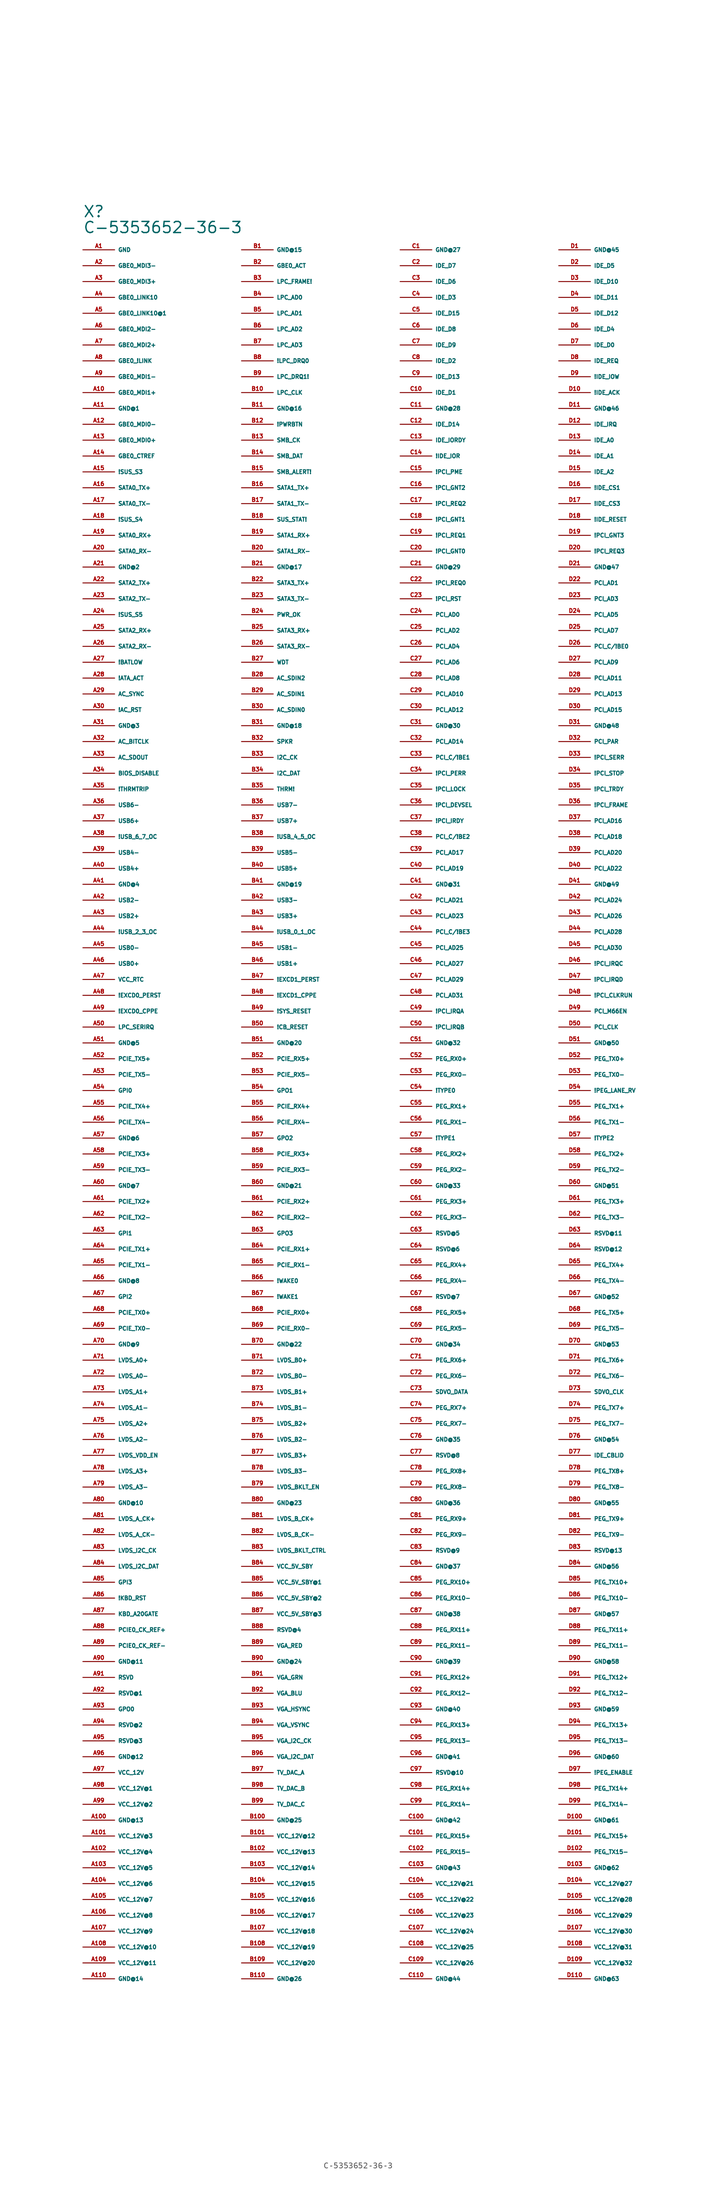
<source format=kicad_sym>
(kicad_symbol_lib
  (version 20220914)
  (generator Eagle2Kicad)
  (symbol "C-5353652-36-3"
    (property "Reference" "X"
      (at -55.88 144.78 0)
      (effects (font (size 1.778 1.778) (thickness 0.22)) (justify left bottom)))
    (property "Value" "C-5353652-36-3"
      (at -55.88 142.24 0)
      (effects (font (size 1.778 1.778) (thickness 0.22)) (justify left bottom)))
    (pin passive line
      (at -55.88 139.7 0)
      (length 5.08)
      (name "GND" (effects (font (size 0.635 0.635) (thickness 0.08)) (justify left bottom)))
      (number "A1" (effects (font (size 0.635 0.635) (thickness 0.08)) (justify left bottom))))
    (pin passive line
      (at -55.88 137.16 0)
      (length 5.08)
      (name "GBE0_MDI3-" (effects (font (size 0.635 0.635) (thickness 0.08)) (justify left bottom)))
      (number "A2" (effects (font (size 0.635 0.635) (thickness 0.08)) (justify left bottom))))
    (pin passive line
      (at -55.88 134.62 0)
      (length 5.08)
      (name "GBE0_MDI3+" (effects (font (size 0.635 0.635) (thickness 0.08)) (justify left bottom)))
      (number "A3" (effects (font (size 0.635 0.635) (thickness 0.08)) (justify left bottom))))
    (pin passive line
      (at -55.88 132.08 0)
      (length 5.08)
      (name "GBE0_LINK10" (effects (font (size 0.635 0.635) (thickness 0.08)) (justify left bottom)))
      (number "A4" (effects (font (size 0.635 0.635) (thickness 0.08)) (justify left bottom))))
    (pin passive line
      (at -55.88 129.54 0)
      (length 5.08)
      (name "GBE0_LINK10@1" (effects (font (size 0.635 0.635) (thickness 0.08)) (justify left bottom)))
      (number "A5" (effects (font (size 0.635 0.635) (thickness 0.08)) (justify left bottom))))
    (pin passive line
      (at -55.88 127 0)
      (length 5.08)
      (name "GBE0_MDI2-" (effects (font (size 0.635 0.635) (thickness 0.08)) (justify left bottom)))
      (number "A6" (effects (font (size 0.635 0.635) (thickness 0.08)) (justify left bottom))))
    (pin passive line
      (at -55.88 124.46 0)
      (length 5.08)
      (name "GBE0_MDI2+" (effects (font (size 0.635 0.635) (thickness 0.08)) (justify left bottom)))
      (number "A7" (effects (font (size 0.635 0.635) (thickness 0.08)) (justify left bottom))))
    (pin passive line
      (at -55.88 121.92 0)
      (length 5.08)
      (name "GBE0_!LINK" (effects (font (size 0.635 0.635) (thickness 0.08)) (justify left bottom)))
      (number "A8" (effects (font (size 0.635 0.635) (thickness 0.08)) (justify left bottom))))
    (pin passive line
      (at -55.88 119.38 0)
      (length 5.08)
      (name "GBE0_MDI1-" (effects (font (size 0.635 0.635) (thickness 0.08)) (justify left bottom)))
      (number "A9" (effects (font (size 0.635 0.635) (thickness 0.08)) (justify left bottom))))
    (pin passive line
      (at -55.88 116.84 0)
      (length 5.08)
      (name "GBE0_MDI1+" (effects (font (size 0.635 0.635) (thickness 0.08)) (justify left bottom)))
      (number "A10" (effects (font (size 0.635 0.635) (thickness 0.08)) (justify left bottom))))
    (pin passive line
      (at -55.88 114.3 0)
      (length 5.08)
      (name "GND@1" (effects (font (size 0.635 0.635) (thickness 0.08)) (justify left bottom)))
      (number "A11" (effects (font (size 0.635 0.635) (thickness 0.08)) (justify left bottom))))
    (pin passive line
      (at -55.88 111.76 0)
      (length 5.08)
      (name "GBE0_MDI0-" (effects (font (size 0.635 0.635) (thickness 0.08)) (justify left bottom)))
      (number "A12" (effects (font (size 0.635 0.635) (thickness 0.08)) (justify left bottom))))
    (pin passive line
      (at -55.88 109.22 0)
      (length 5.08)
      (name "GBE0_MDI0+" (effects (font (size 0.635 0.635) (thickness 0.08)) (justify left bottom)))
      (number "A13" (effects (font (size 0.635 0.635) (thickness 0.08)) (justify left bottom))))
    (pin passive line
      (at -55.88 106.68 0)
      (length 5.08)
      (name "GBE0_CTREF" (effects (font (size 0.635 0.635) (thickness 0.08)) (justify left bottom)))
      (number "A14" (effects (font (size 0.635 0.635) (thickness 0.08)) (justify left bottom))))
    (pin passive line
      (at -55.88 104.14 0)
      (length 5.08)
      (name "!SUS_S3" (effects (font (size 0.635 0.635) (thickness 0.08)) (justify left bottom)))
      (number "A15" (effects (font (size 0.635 0.635) (thickness 0.08)) (justify left bottom))))
    (pin passive line
      (at -55.88 101.6 0)
      (length 5.08)
      (name "SATA0_TX+" (effects (font (size 0.635 0.635) (thickness 0.08)) (justify left bottom)))
      (number "A16" (effects (font (size 0.635 0.635) (thickness 0.08)) (justify left bottom))))
    (pin passive line
      (at -55.88 99.06 0)
      (length 5.08)
      (name "SATA0_TX-" (effects (font (size 0.635 0.635) (thickness 0.08)) (justify left bottom)))
      (number "A17" (effects (font (size 0.635 0.635) (thickness 0.08)) (justify left bottom))))
    (pin passive line
      (at -55.88 96.52 0)
      (length 5.08)
      (name "!SUS_S4" (effects (font (size 0.635 0.635) (thickness 0.08)) (justify left bottom)))
      (number "A18" (effects (font (size 0.635 0.635) (thickness 0.08)) (justify left bottom))))
    (pin passive line
      (at -55.88 93.98 0)
      (length 5.08)
      (name "SATA0_RX+" (effects (font (size 0.635 0.635) (thickness 0.08)) (justify left bottom)))
      (number "A19" (effects (font (size 0.635 0.635) (thickness 0.08)) (justify left bottom))))
    (pin passive line
      (at -55.88 91.44 0)
      (length 5.08)
      (name "SATA0_RX-" (effects (font (size 0.635 0.635) (thickness 0.08)) (justify left bottom)))
      (number "A20" (effects (font (size 0.635 0.635) (thickness 0.08)) (justify left bottom))))
    (pin passive line
      (at -55.88 88.9 0)
      (length 5.08)
      (name "GND@2" (effects (font (size 0.635 0.635) (thickness 0.08)) (justify left bottom)))
      (number "A21" (effects (font (size 0.635 0.635) (thickness 0.08)) (justify left bottom))))
    (pin passive line
      (at -55.88 86.36 0)
      (length 5.08)
      (name "SATA2_TX+" (effects (font (size 0.635 0.635) (thickness 0.08)) (justify left bottom)))
      (number "A22" (effects (font (size 0.635 0.635) (thickness 0.08)) (justify left bottom))))
    (pin passive line
      (at -55.88 83.82 0)
      (length 5.08)
      (name "SATA2_TX-" (effects (font (size 0.635 0.635) (thickness 0.08)) (justify left bottom)))
      (number "A23" (effects (font (size 0.635 0.635) (thickness 0.08)) (justify left bottom))))
    (pin passive line
      (at -55.88 81.28 0)
      (length 5.08)
      (name "!SUS_S5" (effects (font (size 0.635 0.635) (thickness 0.08)) (justify left bottom)))
      (number "A24" (effects (font (size 0.635 0.635) (thickness 0.08)) (justify left bottom))))
    (pin passive line
      (at -55.88 78.74 0)
      (length 5.08)
      (name "SATA2_RX+" (effects (font (size 0.635 0.635) (thickness 0.08)) (justify left bottom)))
      (number "A25" (effects (font (size 0.635 0.635) (thickness 0.08)) (justify left bottom))))
    (pin passive line
      (at -55.88 76.2 0)
      (length 5.08)
      (name "SATA2_RX-" (effects (font (size 0.635 0.635) (thickness 0.08)) (justify left bottom)))
      (number "A26" (effects (font (size 0.635 0.635) (thickness 0.08)) (justify left bottom))))
    (pin passive line
      (at -55.88 73.66 0)
      (length 5.08)
      (name "!BATLOW" (effects (font (size 0.635 0.635) (thickness 0.08)) (justify left bottom)))
      (number "A27" (effects (font (size 0.635 0.635) (thickness 0.08)) (justify left bottom))))
    (pin passive line
      (at -55.88 71.12 0)
      (length 5.08)
      (name "!ATA_ACT" (effects (font (size 0.635 0.635) (thickness 0.08)) (justify left bottom)))
      (number "A28" (effects (font (size 0.635 0.635) (thickness 0.08)) (justify left bottom))))
    (pin passive line
      (at -55.88 68.58 0)
      (length 5.08)
      (name "AC_SYNC" (effects (font (size 0.635 0.635) (thickness 0.08)) (justify left bottom)))
      (number "A29" (effects (font (size 0.635 0.635) (thickness 0.08)) (justify left bottom))))
    (pin passive line
      (at -55.88 66.04 0)
      (length 5.08)
      (name "!AC_RST" (effects (font (size 0.635 0.635) (thickness 0.08)) (justify left bottom)))
      (number "A30" (effects (font (size 0.635 0.635) (thickness 0.08)) (justify left bottom))))
    (pin passive line
      (at -55.88 63.5 0)
      (length 5.08)
      (name "GND@3" (effects (font (size 0.635 0.635) (thickness 0.08)) (justify left bottom)))
      (number "A31" (effects (font (size 0.635 0.635) (thickness 0.08)) (justify left bottom))))
    (pin passive line
      (at -55.88 60.96 0)
      (length 5.08)
      (name "AC_BITCLK" (effects (font (size 0.635 0.635) (thickness 0.08)) (justify left bottom)))
      (number "A32" (effects (font (size 0.635 0.635) (thickness 0.08)) (justify left bottom))))
    (pin passive line
      (at -55.88 58.42 0)
      (length 5.08)
      (name "AC_SDOUT" (effects (font (size 0.635 0.635) (thickness 0.08)) (justify left bottom)))
      (number "A33" (effects (font (size 0.635 0.635) (thickness 0.08)) (justify left bottom))))
    (pin passive line
      (at -55.88 55.88 0)
      (length 5.08)
      (name "BIOS_DISABLE" (effects (font (size 0.635 0.635) (thickness 0.08)) (justify left bottom)))
      (number "A34" (effects (font (size 0.635 0.635) (thickness 0.08)) (justify left bottom))))
    (pin passive line
      (at -55.88 53.34 0)
      (length 5.08)
      (name "!THRMTRIP" (effects (font (size 0.635 0.635) (thickness 0.08)) (justify left bottom)))
      (number "A35" (effects (font (size 0.635 0.635) (thickness 0.08)) (justify left bottom))))
    (pin passive line
      (at -55.88 50.8 0)
      (length 5.08)
      (name "USB6-" (effects (font (size 0.635 0.635) (thickness 0.08)) (justify left bottom)))
      (number "A36" (effects (font (size 0.635 0.635) (thickness 0.08)) (justify left bottom))))
    (pin passive line
      (at -55.88 48.26 0)
      (length 5.08)
      (name "USB6+" (effects (font (size 0.635 0.635) (thickness 0.08)) (justify left bottom)))
      (number "A37" (effects (font (size 0.635 0.635) (thickness 0.08)) (justify left bottom))))
    (pin passive line
      (at -55.88 45.72 0)
      (length 5.08)
      (name "!USB_6_7_OC" (effects (font (size 0.635 0.635) (thickness 0.08)) (justify left bottom)))
      (number "A38" (effects (font (size 0.635 0.635) (thickness 0.08)) (justify left bottom))))
    (pin passive line
      (at -55.88 43.18 0)
      (length 5.08)
      (name "USB4-" (effects (font (size 0.635 0.635) (thickness 0.08)) (justify left bottom)))
      (number "A39" (effects (font (size 0.635 0.635) (thickness 0.08)) (justify left bottom))))
    (pin passive line
      (at -55.88 40.64 0)
      (length 5.08)
      (name "USB4+" (effects (font (size 0.635 0.635) (thickness 0.08)) (justify left bottom)))
      (number "A40" (effects (font (size 0.635 0.635) (thickness 0.08)) (justify left bottom))))
    (pin passive line
      (at -55.88 38.1 0)
      (length 5.08)
      (name "GND@4" (effects (font (size 0.635 0.635) (thickness 0.08)) (justify left bottom)))
      (number "A41" (effects (font (size 0.635 0.635) (thickness 0.08)) (justify left bottom))))
    (pin passive line
      (at -55.88 35.56 0)
      (length 5.08)
      (name "USB2-" (effects (font (size 0.635 0.635) (thickness 0.08)) (justify left bottom)))
      (number "A42" (effects (font (size 0.635 0.635) (thickness 0.08)) (justify left bottom))))
    (pin passive line
      (at -55.88 33.02 0)
      (length 5.08)
      (name "USB2+" (effects (font (size 0.635 0.635) (thickness 0.08)) (justify left bottom)))
      (number "A43" (effects (font (size 0.635 0.635) (thickness 0.08)) (justify left bottom))))
    (pin passive line
      (at -55.88 30.48 0)
      (length 5.08)
      (name "!USB_2_3_OC" (effects (font (size 0.635 0.635) (thickness 0.08)) (justify left bottom)))
      (number "A44" (effects (font (size 0.635 0.635) (thickness 0.08)) (justify left bottom))))
    (pin passive line
      (at -55.88 27.94 0)
      (length 5.08)
      (name "USB0-" (effects (font (size 0.635 0.635) (thickness 0.08)) (justify left bottom)))
      (number "A45" (effects (font (size 0.635 0.635) (thickness 0.08)) (justify left bottom))))
    (pin passive line
      (at -55.88 25.4 0)
      (length 5.08)
      (name "USB0+" (effects (font (size 0.635 0.635) (thickness 0.08)) (justify left bottom)))
      (number "A46" (effects (font (size 0.635 0.635) (thickness 0.08)) (justify left bottom))))
    (pin passive line
      (at -55.88 22.86 0)
      (length 5.08)
      (name "VCC_RTC" (effects (font (size 0.635 0.635) (thickness 0.08)) (justify left bottom)))
      (number "A47" (effects (font (size 0.635 0.635) (thickness 0.08)) (justify left bottom))))
    (pin passive line
      (at -55.88 20.32 0)
      (length 5.08)
      (name "!EXCD0_PERST" (effects (font (size 0.635 0.635) (thickness 0.08)) (justify left bottom)))
      (number "A48" (effects (font (size 0.635 0.635) (thickness 0.08)) (justify left bottom))))
    (pin passive line
      (at -55.88 17.78 0)
      (length 5.08)
      (name "!EXCD0_CPPE" (effects (font (size 0.635 0.635) (thickness 0.08)) (justify left bottom)))
      (number "A49" (effects (font (size 0.635 0.635) (thickness 0.08)) (justify left bottom))))
    (pin passive line
      (at -55.88 15.24 0)
      (length 5.08)
      (name "LPC_SERIRQ" (effects (font (size 0.635 0.635) (thickness 0.08)) (justify left bottom)))
      (number "A50" (effects (font (size 0.635 0.635) (thickness 0.08)) (justify left bottom))))
    (pin passive line
      (at -55.88 12.7 0)
      (length 5.08)
      (name "GND@5" (effects (font (size 0.635 0.635) (thickness 0.08)) (justify left bottom)))
      (number "A51" (effects (font (size 0.635 0.635) (thickness 0.08)) (justify left bottom))))
    (pin passive line
      (at -55.88 10.16 0)
      (length 5.08)
      (name "PCIE_TX5+" (effects (font (size 0.635 0.635) (thickness 0.08)) (justify left bottom)))
      (number "A52" (effects (font (size 0.635 0.635) (thickness 0.08)) (justify left bottom))))
    (pin passive line
      (at -55.88 7.62 0)
      (length 5.08)
      (name "PCIE_TX5-" (effects (font (size 0.635 0.635) (thickness 0.08)) (justify left bottom)))
      (number "A53" (effects (font (size 0.635 0.635) (thickness 0.08)) (justify left bottom))))
    (pin passive line
      (at -55.88 5.08 0)
      (length 5.08)
      (name "GPI0" (effects (font (size 0.635 0.635) (thickness 0.08)) (justify left bottom)))
      (number "A54" (effects (font (size 0.635 0.635) (thickness 0.08)) (justify left bottom))))
    (pin passive line
      (at -55.88 2.54 0)
      (length 5.08)
      (name "PCIE_TX4+" (effects (font (size 0.635 0.635) (thickness 0.08)) (justify left bottom)))
      (number "A55" (effects (font (size 0.635 0.635) (thickness 0.08)) (justify left bottom))))
    (pin passive line
      (at -55.88 0 0)
      (length 5.08)
      (name "PCIE_TX4-" (effects (font (size 0.635 0.635) (thickness 0.08)) (justify left bottom)))
      (number "A56" (effects (font (size 0.635 0.635) (thickness 0.08)) (justify left bottom))))
    (pin passive line
      (at -55.88 -2.54 0)
      (length 5.08)
      (name "GND@6" (effects (font (size 0.635 0.635) (thickness 0.08)) (justify left bottom)))
      (number "A57" (effects (font (size 0.635 0.635) (thickness 0.08)) (justify left bottom))))
    (pin passive line
      (at -55.88 -5.08 0)
      (length 5.08)
      (name "PCIE_TX3+" (effects (font (size 0.635 0.635) (thickness 0.08)) (justify left bottom)))
      (number "A58" (effects (font (size 0.635 0.635) (thickness 0.08)) (justify left bottom))))
    (pin passive line
      (at -55.88 -7.62 0)
      (length 5.08)
      (name "PCIE_TX3-" (effects (font (size 0.635 0.635) (thickness 0.08)) (justify left bottom)))
      (number "A59" (effects (font (size 0.635 0.635) (thickness 0.08)) (justify left bottom))))
    (pin passive line
      (at -55.88 -10.16 0)
      (length 5.08)
      (name "GND@7" (effects (font (size 0.635 0.635) (thickness 0.08)) (justify left bottom)))
      (number "A60" (effects (font (size 0.635 0.635) (thickness 0.08)) (justify left bottom))))
    (pin passive line
      (at -55.88 -12.7 0)
      (length 5.08)
      (name "PCIE_TX2+" (effects (font (size 0.635 0.635) (thickness 0.08)) (justify left bottom)))
      (number "A61" (effects (font (size 0.635 0.635) (thickness 0.08)) (justify left bottom))))
    (pin passive line
      (at -55.88 -15.24 0)
      (length 5.08)
      (name "PCIE_TX2-" (effects (font (size 0.635 0.635) (thickness 0.08)) (justify left bottom)))
      (number "A62" (effects (font (size 0.635 0.635) (thickness 0.08)) (justify left bottom))))
    (pin passive line
      (at -55.88 -17.78 0)
      (length 5.08)
      (name "GPI1" (effects (font (size 0.635 0.635) (thickness 0.08)) (justify left bottom)))
      (number "A63" (effects (font (size 0.635 0.635) (thickness 0.08)) (justify left bottom))))
    (pin passive line
      (at -55.88 -20.32 0)
      (length 5.08)
      (name "PCIE_TX1+" (effects (font (size 0.635 0.635) (thickness 0.08)) (justify left bottom)))
      (number "A64" (effects (font (size 0.635 0.635) (thickness 0.08)) (justify left bottom))))
    (pin passive line
      (at -55.88 -22.86 0)
      (length 5.08)
      (name "PCIE_TX1-" (effects (font (size 0.635 0.635) (thickness 0.08)) (justify left bottom)))
      (number "A65" (effects (font (size 0.635 0.635) (thickness 0.08)) (justify left bottom))))
    (pin passive line
      (at -55.88 -25.4 0)
      (length 5.08)
      (name "GND@8" (effects (font (size 0.635 0.635) (thickness 0.08)) (justify left bottom)))
      (number "A66" (effects (font (size 0.635 0.635) (thickness 0.08)) (justify left bottom))))
    (pin passive line
      (at -55.88 -27.94 0)
      (length 5.08)
      (name "GPI2" (effects (font (size 0.635 0.635) (thickness 0.08)) (justify left bottom)))
      (number "A67" (effects (font (size 0.635 0.635) (thickness 0.08)) (justify left bottom))))
    (pin passive line
      (at -55.88 -30.48 0)
      (length 5.08)
      (name "PCIE_TX0+" (effects (font (size 0.635 0.635) (thickness 0.08)) (justify left bottom)))
      (number "A68" (effects (font (size 0.635 0.635) (thickness 0.08)) (justify left bottom))))
    (pin passive line
      (at -55.88 -33.02 0)
      (length 5.08)
      (name "PCIE_TX0-" (effects (font (size 0.635 0.635) (thickness 0.08)) (justify left bottom)))
      (number "A69" (effects (font (size 0.635 0.635) (thickness 0.08)) (justify left bottom))))
    (pin passive line
      (at -55.88 -35.56 0)
      (length 5.08)
      (name "GND@9" (effects (font (size 0.635 0.635) (thickness 0.08)) (justify left bottom)))
      (number "A70" (effects (font (size 0.635 0.635) (thickness 0.08)) (justify left bottom))))
    (pin passive line
      (at -55.88 -38.1 0)
      (length 5.08)
      (name "LVDS_A0+" (effects (font (size 0.635 0.635) (thickness 0.08)) (justify left bottom)))
      (number "A71" (effects (font (size 0.635 0.635) (thickness 0.08)) (justify left bottom))))
    (pin passive line
      (at -55.88 -40.64 0)
      (length 5.08)
      (name "LVDS_A0-" (effects (font (size 0.635 0.635) (thickness 0.08)) (justify left bottom)))
      (number "A72" (effects (font (size 0.635 0.635) (thickness 0.08)) (justify left bottom))))
    (pin passive line
      (at -55.88 -43.18 0)
      (length 5.08)
      (name "LVDS_A1+" (effects (font (size 0.635 0.635) (thickness 0.08)) (justify left bottom)))
      (number "A73" (effects (font (size 0.635 0.635) (thickness 0.08)) (justify left bottom))))
    (pin passive line
      (at -55.88 -45.72 0)
      (length 5.08)
      (name "LVDS_A1-" (effects (font (size 0.635 0.635) (thickness 0.08)) (justify left bottom)))
      (number "A74" (effects (font (size 0.635 0.635) (thickness 0.08)) (justify left bottom))))
    (pin passive line
      (at -55.88 -48.26 0)
      (length 5.08)
      (name "LVDS_A2+" (effects (font (size 0.635 0.635) (thickness 0.08)) (justify left bottom)))
      (number "A75" (effects (font (size 0.635 0.635) (thickness 0.08)) (justify left bottom))))
    (pin passive line
      (at -55.88 -50.8 0)
      (length 5.08)
      (name "LVDS_A2-" (effects (font (size 0.635 0.635) (thickness 0.08)) (justify left bottom)))
      (number "A76" (effects (font (size 0.635 0.635) (thickness 0.08)) (justify left bottom))))
    (pin passive line
      (at -55.88 -53.34 0)
      (length 5.08)
      (name "LVDS_VDD_EN" (effects (font (size 0.635 0.635) (thickness 0.08)) (justify left bottom)))
      (number "A77" (effects (font (size 0.635 0.635) (thickness 0.08)) (justify left bottom))))
    (pin passive line
      (at -55.88 -55.88 0)
      (length 5.08)
      (name "LVDS_A3+" (effects (font (size 0.635 0.635) (thickness 0.08)) (justify left bottom)))
      (number "A78" (effects (font (size 0.635 0.635) (thickness 0.08)) (justify left bottom))))
    (pin passive line
      (at -55.88 -58.42 0)
      (length 5.08)
      (name "LVDS_A3-" (effects (font (size 0.635 0.635) (thickness 0.08)) (justify left bottom)))
      (number "A79" (effects (font (size 0.635 0.635) (thickness 0.08)) (justify left bottom))))
    (pin passive line
      (at -55.88 -60.96 0)
      (length 5.08)
      (name "GND@10" (effects (font (size 0.635 0.635) (thickness 0.08)) (justify left bottom)))
      (number "A80" (effects (font (size 0.635 0.635) (thickness 0.08)) (justify left bottom))))
    (pin passive line
      (at -55.88 -63.5 0)
      (length 5.08)
      (name "LVDS_A_CK+" (effects (font (size 0.635 0.635) (thickness 0.08)) (justify left bottom)))
      (number "A81" (effects (font (size 0.635 0.635) (thickness 0.08)) (justify left bottom))))
    (pin passive line
      (at -55.88 -66.04 0)
      (length 5.08)
      (name "LVDS_A_CK-" (effects (font (size 0.635 0.635) (thickness 0.08)) (justify left bottom)))
      (number "A82" (effects (font (size 0.635 0.635) (thickness 0.08)) (justify left bottom))))
    (pin passive line
      (at -55.88 -68.58 0)
      (length 5.08)
      (name "LVDS_I2C_CK" (effects (font (size 0.635 0.635) (thickness 0.08)) (justify left bottom)))
      (number "A83" (effects (font (size 0.635 0.635) (thickness 0.08)) (justify left bottom))))
    (pin passive line
      (at -55.88 -71.12 0)
      (length 5.08)
      (name "LVDS_I2C_DAT" (effects (font (size 0.635 0.635) (thickness 0.08)) (justify left bottom)))
      (number "A84" (effects (font (size 0.635 0.635) (thickness 0.08)) (justify left bottom))))
    (pin passive line
      (at -55.88 -73.66 0)
      (length 5.08)
      (name "GPI3" (effects (font (size 0.635 0.635) (thickness 0.08)) (justify left bottom)))
      (number "A85" (effects (font (size 0.635 0.635) (thickness 0.08)) (justify left bottom))))
    (pin passive line
      (at -55.88 -76.2 0)
      (length 5.08)
      (name "!KBD_RST" (effects (font (size 0.635 0.635) (thickness 0.08)) (justify left bottom)))
      (number "A86" (effects (font (size 0.635 0.635) (thickness 0.08)) (justify left bottom))))
    (pin passive line
      (at -55.88 -78.74 0)
      (length 5.08)
      (name "KBD_A20GATE" (effects (font (size 0.635 0.635) (thickness 0.08)) (justify left bottom)))
      (number "A87" (effects (font (size 0.635 0.635) (thickness 0.08)) (justify left bottom))))
    (pin passive line
      (at -55.88 -81.28 0)
      (length 5.08)
      (name "PCIE0_CK_REF+" (effects (font (size 0.635 0.635) (thickness 0.08)) (justify left bottom)))
      (number "A88" (effects (font (size 0.635 0.635) (thickness 0.08)) (justify left bottom))))
    (pin passive line
      (at -55.88 -83.82 0)
      (length 5.08)
      (name "PCIE0_CK_REF-" (effects (font (size 0.635 0.635) (thickness 0.08)) (justify left bottom)))
      (number "A89" (effects (font (size 0.635 0.635) (thickness 0.08)) (justify left bottom))))
    (pin passive line
      (at -55.88 -86.36 0)
      (length 5.08)
      (name "GND@11" (effects (font (size 0.635 0.635) (thickness 0.08)) (justify left bottom)))
      (number "A90" (effects (font (size 0.635 0.635) (thickness 0.08)) (justify left bottom))))
    (pin passive line
      (at -55.88 -88.9 0)
      (length 5.08)
      (name "RSVD" (effects (font (size 0.635 0.635) (thickness 0.08)) (justify left bottom)))
      (number "A91" (effects (font (size 0.635 0.635) (thickness 0.08)) (justify left bottom))))
    (pin passive line
      (at -55.88 -91.44 0)
      (length 5.08)
      (name "RSVD@1" (effects (font (size 0.635 0.635) (thickness 0.08)) (justify left bottom)))
      (number "A92" (effects (font (size 0.635 0.635) (thickness 0.08)) (justify left bottom))))
    (pin passive line
      (at -55.88 -93.98 0)
      (length 5.08)
      (name "GPO0" (effects (font (size 0.635 0.635) (thickness 0.08)) (justify left bottom)))
      (number "A93" (effects (font (size 0.635 0.635) (thickness 0.08)) (justify left bottom))))
    (pin passive line
      (at -55.88 -96.52 0)
      (length 5.08)
      (name "RSVD@2" (effects (font (size 0.635 0.635) (thickness 0.08)) (justify left bottom)))
      (number "A94" (effects (font (size 0.635 0.635) (thickness 0.08)) (justify left bottom))))
    (pin passive line
      (at -55.88 -99.06 0)
      (length 5.08)
      (name "RSVD@3" (effects (font (size 0.635 0.635) (thickness 0.08)) (justify left bottom)))
      (number "A95" (effects (font (size 0.635 0.635) (thickness 0.08)) (justify left bottom))))
    (pin passive line
      (at -55.88 -101.6 0)
      (length 5.08)
      (name "GND@12" (effects (font (size 0.635 0.635) (thickness 0.08)) (justify left bottom)))
      (number "A96" (effects (font (size 0.635 0.635) (thickness 0.08)) (justify left bottom))))
    (pin passive line
      (at -55.88 -104.14 0)
      (length 5.08)
      (name "VCC_12V" (effects (font (size 0.635 0.635) (thickness 0.08)) (justify left bottom)))
      (number "A97" (effects (font (size 0.635 0.635) (thickness 0.08)) (justify left bottom))))
    (pin passive line
      (at -55.88 -106.68 0)
      (length 5.08)
      (name "VCC_12V@1" (effects (font (size 0.635 0.635) (thickness 0.08)) (justify left bottom)))
      (number "A98" (effects (font (size 0.635 0.635) (thickness 0.08)) (justify left bottom))))
    (pin passive line
      (at -55.88 -109.22 0)
      (length 5.08)
      (name "VCC_12V@2" (effects (font (size 0.635 0.635) (thickness 0.08)) (justify left bottom)))
      (number "A99" (effects (font (size 0.635 0.635) (thickness 0.08)) (justify left bottom))))
    (pin passive line
      (at -55.88 -111.76 0)
      (length 5.08)
      (name "GND@13" (effects (font (size 0.635 0.635) (thickness 0.08)) (justify left bottom)))
      (number "A100" (effects (font (size 0.635 0.635) (thickness 0.08)) (justify left bottom))))
    (pin passive line
      (at -55.88 -114.3 0)
      (length 5.08)
      (name "VCC_12V@3" (effects (font (size 0.635 0.635) (thickness 0.08)) (justify left bottom)))
      (number "A101" (effects (font (size 0.635 0.635) (thickness 0.08)) (justify left bottom))))
    (pin passive line
      (at -55.88 -116.84 0)
      (length 5.08)
      (name "VCC_12V@4" (effects (font (size 0.635 0.635) (thickness 0.08)) (justify left bottom)))
      (number "A102" (effects (font (size 0.635 0.635) (thickness 0.08)) (justify left bottom))))
    (pin passive line
      (at -55.88 -119.38 0)
      (length 5.08)
      (name "VCC_12V@5" (effects (font (size 0.635 0.635) (thickness 0.08)) (justify left bottom)))
      (number "A103" (effects (font (size 0.635 0.635) (thickness 0.08)) (justify left bottom))))
    (pin passive line
      (at -55.88 -121.92 0)
      (length 5.08)
      (name "VCC_12V@6" (effects (font (size 0.635 0.635) (thickness 0.08)) (justify left bottom)))
      (number "A104" (effects (font (size 0.635 0.635) (thickness 0.08)) (justify left bottom))))
    (pin passive line
      (at -55.88 -124.46 0)
      (length 5.08)
      (name "VCC_12V@7" (effects (font (size 0.635 0.635) (thickness 0.08)) (justify left bottom)))
      (number "A105" (effects (font (size 0.635 0.635) (thickness 0.08)) (justify left bottom))))
    (pin passive line
      (at -55.88 -127 0)
      (length 5.08)
      (name "VCC_12V@8" (effects (font (size 0.635 0.635) (thickness 0.08)) (justify left bottom)))
      (number "A106" (effects (font (size 0.635 0.635) (thickness 0.08)) (justify left bottom))))
    (pin passive line
      (at -55.88 -129.54 0)
      (length 5.08)
      (name "VCC_12V@9" (effects (font (size 0.635 0.635) (thickness 0.08)) (justify left bottom)))
      (number "A107" (effects (font (size 0.635 0.635) (thickness 0.08)) (justify left bottom))))
    (pin passive line
      (at -55.88 -132.08 0)
      (length 5.08)
      (name "VCC_12V@10" (effects (font (size 0.635 0.635) (thickness 0.08)) (justify left bottom)))
      (number "A108" (effects (font (size 0.635 0.635) (thickness 0.08)) (justify left bottom))))
    (pin passive line
      (at -55.88 -134.62 0)
      (length 5.08)
      (name "VCC_12V@11" (effects (font (size 0.635 0.635) (thickness 0.08)) (justify left bottom)))
      (number "A109" (effects (font (size 0.635 0.635) (thickness 0.08)) (justify left bottom))))
    (pin passive line
      (at -55.88 -137.16 0)
      (length 5.08)
      (name "GND@14" (effects (font (size 0.635 0.635) (thickness 0.08)) (justify left bottom)))
      (number "A110" (effects (font (size 0.635 0.635) (thickness 0.08)) (justify left bottom))))
    (pin passive line
      (at -30.48 139.7 0)
      (length 5.08)
      (name "GND@15" (effects (font (size 0.635 0.635) (thickness 0.08)) (justify left bottom)))
      (number "B1" (effects (font (size 0.635 0.635) (thickness 0.08)) (justify left bottom))))
    (pin passive line
      (at -30.48 137.16 0)
      (length 5.08)
      (name "GBE0_ACT" (effects (font (size 0.635 0.635) (thickness 0.08)) (justify left bottom)))
      (number "B2" (effects (font (size 0.635 0.635) (thickness 0.08)) (justify left bottom))))
    (pin passive line
      (at -30.48 134.62 0)
      (length 5.08)
      (name "LPC_FRAME!" (effects (font (size 0.635 0.635) (thickness 0.08)) (justify left bottom)))
      (number "B3" (effects (font (size 0.635 0.635) (thickness 0.08)) (justify left bottom))))
    (pin passive line
      (at -30.48 132.08 0)
      (length 5.08)
      (name "LPC_AD0" (effects (font (size 0.635 0.635) (thickness 0.08)) (justify left bottom)))
      (number "B4" (effects (font (size 0.635 0.635) (thickness 0.08)) (justify left bottom))))
    (pin passive line
      (at -30.48 129.54 0)
      (length 5.08)
      (name "LPC_AD1" (effects (font (size 0.635 0.635) (thickness 0.08)) (justify left bottom)))
      (number "B5" (effects (font (size 0.635 0.635) (thickness 0.08)) (justify left bottom))))
    (pin passive line
      (at -30.48 127 0)
      (length 5.08)
      (name "LPC_AD2" (effects (font (size 0.635 0.635) (thickness 0.08)) (justify left bottom)))
      (number "B6" (effects (font (size 0.635 0.635) (thickness 0.08)) (justify left bottom))))
    (pin passive line
      (at -30.48 124.46 0)
      (length 5.08)
      (name "LPC_AD3" (effects (font (size 0.635 0.635) (thickness 0.08)) (justify left bottom)))
      (number "B7" (effects (font (size 0.635 0.635) (thickness 0.08)) (justify left bottom))))
    (pin passive line
      (at -30.48 121.92 0)
      (length 5.08)
      (name "!LPC_DRQ0" (effects (font (size 0.635 0.635) (thickness 0.08)) (justify left bottom)))
      (number "B8" (effects (font (size 0.635 0.635) (thickness 0.08)) (justify left bottom))))
    (pin passive line
      (at -30.48 119.38 0)
      (length 5.08)
      (name "LPC_DRQ1!" (effects (font (size 0.635 0.635) (thickness 0.08)) (justify left bottom)))
      (number "B9" (effects (font (size 0.635 0.635) (thickness 0.08)) (justify left bottom))))
    (pin passive line
      (at -30.48 116.84 0)
      (length 5.08)
      (name "LPC_CLK" (effects (font (size 0.635 0.635) (thickness 0.08)) (justify left bottom)))
      (number "B10" (effects (font (size 0.635 0.635) (thickness 0.08)) (justify left bottom))))
    (pin passive line
      (at -30.48 114.3 0)
      (length 5.08)
      (name "GND@16" (effects (font (size 0.635 0.635) (thickness 0.08)) (justify left bottom)))
      (number "B11" (effects (font (size 0.635 0.635) (thickness 0.08)) (justify left bottom))))
    (pin passive line
      (at -30.48 111.76 0)
      (length 5.08)
      (name "!PWRBTN" (effects (font (size 0.635 0.635) (thickness 0.08)) (justify left bottom)))
      (number "B12" (effects (font (size 0.635 0.635) (thickness 0.08)) (justify left bottom))))
    (pin passive line
      (at -30.48 109.22 0)
      (length 5.08)
      (name "SMB_CK" (effects (font (size 0.635 0.635) (thickness 0.08)) (justify left bottom)))
      (number "B13" (effects (font (size 0.635 0.635) (thickness 0.08)) (justify left bottom))))
    (pin passive line
      (at -30.48 106.68 0)
      (length 5.08)
      (name "SMB_DAT" (effects (font (size 0.635 0.635) (thickness 0.08)) (justify left bottom)))
      (number "B14" (effects (font (size 0.635 0.635) (thickness 0.08)) (justify left bottom))))
    (pin passive line
      (at -30.48 104.14 0)
      (length 5.08)
      (name "SMB_ALERT!" (effects (font (size 0.635 0.635) (thickness 0.08)) (justify left bottom)))
      (number "B15" (effects (font (size 0.635 0.635) (thickness 0.08)) (justify left bottom))))
    (pin passive line
      (at -30.48 101.6 0)
      (length 5.08)
      (name "SATA1_TX+" (effects (font (size 0.635 0.635) (thickness 0.08)) (justify left bottom)))
      (number "B16" (effects (font (size 0.635 0.635) (thickness 0.08)) (justify left bottom))))
    (pin passive line
      (at -30.48 99.06 0)
      (length 5.08)
      (name "SATA1_TX-" (effects (font (size 0.635 0.635) (thickness 0.08)) (justify left bottom)))
      (number "B17" (effects (font (size 0.635 0.635) (thickness 0.08)) (justify left bottom))))
    (pin passive line
      (at -30.48 96.52 0)
      (length 5.08)
      (name "SUS_STAT!" (effects (font (size 0.635 0.635) (thickness 0.08)) (justify left bottom)))
      (number "B18" (effects (font (size 0.635 0.635) (thickness 0.08)) (justify left bottom))))
    (pin passive line
      (at -30.48 93.98 0)
      (length 5.08)
      (name "SATA1_RX+" (effects (font (size 0.635 0.635) (thickness 0.08)) (justify left bottom)))
      (number "B19" (effects (font (size 0.635 0.635) (thickness 0.08)) (justify left bottom))))
    (pin passive line
      (at -30.48 91.44 0)
      (length 5.08)
      (name "SATA1_RX-" (effects (font (size 0.635 0.635) (thickness 0.08)) (justify left bottom)))
      (number "B20" (effects (font (size 0.635 0.635) (thickness 0.08)) (justify left bottom))))
    (pin passive line
      (at -30.48 88.9 0)
      (length 5.08)
      (name "GND@17" (effects (font (size 0.635 0.635) (thickness 0.08)) (justify left bottom)))
      (number "B21" (effects (font (size 0.635 0.635) (thickness 0.08)) (justify left bottom))))
    (pin passive line
      (at -30.48 86.36 0)
      (length 5.08)
      (name "SATA3_TX+" (effects (font (size 0.635 0.635) (thickness 0.08)) (justify left bottom)))
      (number "B22" (effects (font (size 0.635 0.635) (thickness 0.08)) (justify left bottom))))
    (pin passive line
      (at -30.48 83.82 0)
      (length 5.08)
      (name "SATA3_TX-" (effects (font (size 0.635 0.635) (thickness 0.08)) (justify left bottom)))
      (number "B23" (effects (font (size 0.635 0.635) (thickness 0.08)) (justify left bottom))))
    (pin passive line
      (at -30.48 81.28 0)
      (length 5.08)
      (name "PWR_OK" (effects (font (size 0.635 0.635) (thickness 0.08)) (justify left bottom)))
      (number "B24" (effects (font (size 0.635 0.635) (thickness 0.08)) (justify left bottom))))
    (pin passive line
      (at -30.48 78.74 0)
      (length 5.08)
      (name "SATA3_RX+" (effects (font (size 0.635 0.635) (thickness 0.08)) (justify left bottom)))
      (number "B25" (effects (font (size 0.635 0.635) (thickness 0.08)) (justify left bottom))))
    (pin passive line
      (at -30.48 76.2 0)
      (length 5.08)
      (name "SATA3_RX-" (effects (font (size 0.635 0.635) (thickness 0.08)) (justify left bottom)))
      (number "B26" (effects (font (size 0.635 0.635) (thickness 0.08)) (justify left bottom))))
    (pin passive line
      (at -30.48 73.66 0)
      (length 5.08)
      (name "WDT" (effects (font (size 0.635 0.635) (thickness 0.08)) (justify left bottom)))
      (number "B27" (effects (font (size 0.635 0.635) (thickness 0.08)) (justify left bottom))))
    (pin passive line
      (at -30.48 71.12 0)
      (length 5.08)
      (name "AC_SDIN2" (effects (font (size 0.635 0.635) (thickness 0.08)) (justify left bottom)))
      (number "B28" (effects (font (size 0.635 0.635) (thickness 0.08)) (justify left bottom))))
    (pin passive line
      (at -30.48 68.58 0)
      (length 5.08)
      (name "AC_SDIN1" (effects (font (size 0.635 0.635) (thickness 0.08)) (justify left bottom)))
      (number "B29" (effects (font (size 0.635 0.635) (thickness 0.08)) (justify left bottom))))
    (pin passive line
      (at -30.48 66.04 0)
      (length 5.08)
      (name "AC_SDIN0" (effects (font (size 0.635 0.635) (thickness 0.08)) (justify left bottom)))
      (number "B30" (effects (font (size 0.635 0.635) (thickness 0.08)) (justify left bottom))))
    (pin passive line
      (at -30.48 63.5 0)
      (length 5.08)
      (name "GND@18" (effects (font (size 0.635 0.635) (thickness 0.08)) (justify left bottom)))
      (number "B31" (effects (font (size 0.635 0.635) (thickness 0.08)) (justify left bottom))))
    (pin passive line
      (at -30.48 60.96 0)
      (length 5.08)
      (name "SPKR" (effects (font (size 0.635 0.635) (thickness 0.08)) (justify left bottom)))
      (number "B32" (effects (font (size 0.635 0.635) (thickness 0.08)) (justify left bottom))))
    (pin passive line
      (at -30.48 58.42 0)
      (length 5.08)
      (name "I2C_CK" (effects (font (size 0.635 0.635) (thickness 0.08)) (justify left bottom)))
      (number "B33" (effects (font (size 0.635 0.635) (thickness 0.08)) (justify left bottom))))
    (pin passive line
      (at -30.48 55.88 0)
      (length 5.08)
      (name "I2C_DAT" (effects (font (size 0.635 0.635) (thickness 0.08)) (justify left bottom)))
      (number "B34" (effects (font (size 0.635 0.635) (thickness 0.08)) (justify left bottom))))
    (pin passive line
      (at -30.48 53.34 0)
      (length 5.08)
      (name "THRM!" (effects (font (size 0.635 0.635) (thickness 0.08)) (justify left bottom)))
      (number "B35" (effects (font (size 0.635 0.635) (thickness 0.08)) (justify left bottom))))
    (pin passive line
      (at -30.48 50.8 0)
      (length 5.08)
      (name "USB7-" (effects (font (size 0.635 0.635) (thickness 0.08)) (justify left bottom)))
      (number "B36" (effects (font (size 0.635 0.635) (thickness 0.08)) (justify left bottom))))
    (pin passive line
      (at -30.48 48.26 0)
      (length 5.08)
      (name "USB7+" (effects (font (size 0.635 0.635) (thickness 0.08)) (justify left bottom)))
      (number "B37" (effects (font (size 0.635 0.635) (thickness 0.08)) (justify left bottom))))
    (pin passive line
      (at -30.48 45.72 0)
      (length 5.08)
      (name "!USB_4_5_OC" (effects (font (size 0.635 0.635) (thickness 0.08)) (justify left bottom)))
      (number "B38" (effects (font (size 0.635 0.635) (thickness 0.08)) (justify left bottom))))
    (pin passive line
      (at -30.48 43.18 0)
      (length 5.08)
      (name "USB5-" (effects (font (size 0.635 0.635) (thickness 0.08)) (justify left bottom)))
      (number "B39" (effects (font (size 0.635 0.635) (thickness 0.08)) (justify left bottom))))
    (pin passive line
      (at -30.48 40.64 0)
      (length 5.08)
      (name "USB5+" (effects (font (size 0.635 0.635) (thickness 0.08)) (justify left bottom)))
      (number "B40" (effects (font (size 0.635 0.635) (thickness 0.08)) (justify left bottom))))
    (pin passive line
      (at -30.48 38.1 0)
      (length 5.08)
      (name "GND@19" (effects (font (size 0.635 0.635) (thickness 0.08)) (justify left bottom)))
      (number "B41" (effects (font (size 0.635 0.635) (thickness 0.08)) (justify left bottom))))
    (pin passive line
      (at -30.48 35.56 0)
      (length 5.08)
      (name "USB3-" (effects (font (size 0.635 0.635) (thickness 0.08)) (justify left bottom)))
      (number "B42" (effects (font (size 0.635 0.635) (thickness 0.08)) (justify left bottom))))
    (pin passive line
      (at -30.48 33.02 0)
      (length 5.08)
      (name "USB3+" (effects (font (size 0.635 0.635) (thickness 0.08)) (justify left bottom)))
      (number "B43" (effects (font (size 0.635 0.635) (thickness 0.08)) (justify left bottom))))
    (pin passive line
      (at -30.48 30.48 0)
      (length 5.08)
      (name "!USB_0_1_OC" (effects (font (size 0.635 0.635) (thickness 0.08)) (justify left bottom)))
      (number "B44" (effects (font (size 0.635 0.635) (thickness 0.08)) (justify left bottom))))
    (pin passive line
      (at -30.48 27.94 0)
      (length 5.08)
      (name "USB1-" (effects (font (size 0.635 0.635) (thickness 0.08)) (justify left bottom)))
      (number "B45" (effects (font (size 0.635 0.635) (thickness 0.08)) (justify left bottom))))
    (pin passive line
      (at -30.48 25.4 0)
      (length 5.08)
      (name "USB1+" (effects (font (size 0.635 0.635) (thickness 0.08)) (justify left bottom)))
      (number "B46" (effects (font (size 0.635 0.635) (thickness 0.08)) (justify left bottom))))
    (pin passive line
      (at -30.48 22.86 0)
      (length 5.08)
      (name "!EXCD1_PERST" (effects (font (size 0.635 0.635) (thickness 0.08)) (justify left bottom)))
      (number "B47" (effects (font (size 0.635 0.635) (thickness 0.08)) (justify left bottom))))
    (pin passive line
      (at -30.48 20.32 0)
      (length 5.08)
      (name "!EXCD1_CPPE" (effects (font (size 0.635 0.635) (thickness 0.08)) (justify left bottom)))
      (number "B48" (effects (font (size 0.635 0.635) (thickness 0.08)) (justify left bottom))))
    (pin passive line
      (at -30.48 17.78 0)
      (length 5.08)
      (name "!SYS_RESET" (effects (font (size 0.635 0.635) (thickness 0.08)) (justify left bottom)))
      (number "B49" (effects (font (size 0.635 0.635) (thickness 0.08)) (justify left bottom))))
    (pin passive line
      (at -30.48 15.24 0)
      (length 5.08)
      (name "!CB_RESET" (effects (font (size 0.635 0.635) (thickness 0.08)) (justify left bottom)))
      (number "B50" (effects (font (size 0.635 0.635) (thickness 0.08)) (justify left bottom))))
    (pin passive line
      (at -30.48 12.7 0)
      (length 5.08)
      (name "GND@20" (effects (font (size 0.635 0.635) (thickness 0.08)) (justify left bottom)))
      (number "B51" (effects (font (size 0.635 0.635) (thickness 0.08)) (justify left bottom))))
    (pin passive line
      (at -30.48 10.16 0)
      (length 5.08)
      (name "PCIE_RX5+" (effects (font (size 0.635 0.635) (thickness 0.08)) (justify left bottom)))
      (number "B52" (effects (font (size 0.635 0.635) (thickness 0.08)) (justify left bottom))))
    (pin passive line
      (at -30.48 7.62 0)
      (length 5.08)
      (name "PCIE_RX5-" (effects (font (size 0.635 0.635) (thickness 0.08)) (justify left bottom)))
      (number "B53" (effects (font (size 0.635 0.635) (thickness 0.08)) (justify left bottom))))
    (pin passive line
      (at -30.48 5.08 0)
      (length 5.08)
      (name "GPO1" (effects (font (size 0.635 0.635) (thickness 0.08)) (justify left bottom)))
      (number "B54" (effects (font (size 0.635 0.635) (thickness 0.08)) (justify left bottom))))
    (pin passive line
      (at -30.48 2.54 0)
      (length 5.08)
      (name "PCIE_RX4+" (effects (font (size 0.635 0.635) (thickness 0.08)) (justify left bottom)))
      (number "B55" (effects (font (size 0.635 0.635) (thickness 0.08)) (justify left bottom))))
    (pin passive line
      (at -30.48 0 0)
      (length 5.08)
      (name "PCIE_RX4-" (effects (font (size 0.635 0.635) (thickness 0.08)) (justify left bottom)))
      (number "B56" (effects (font (size 0.635 0.635) (thickness 0.08)) (justify left bottom))))
    (pin passive line
      (at -30.48 -2.54 0)
      (length 5.08)
      (name "GPO2" (effects (font (size 0.635 0.635) (thickness 0.08)) (justify left bottom)))
      (number "B57" (effects (font (size 0.635 0.635) (thickness 0.08)) (justify left bottom))))
    (pin passive line
      (at -30.48 -5.08 0)
      (length 5.08)
      (name "PCIE_RX3+" (effects (font (size 0.635 0.635) (thickness 0.08)) (justify left bottom)))
      (number "B58" (effects (font (size 0.635 0.635) (thickness 0.08)) (justify left bottom))))
    (pin passive line
      (at -30.48 -7.62 0)
      (length 5.08)
      (name "PCIE_RX3-" (effects (font (size 0.635 0.635) (thickness 0.08)) (justify left bottom)))
      (number "B59" (effects (font (size 0.635 0.635) (thickness 0.08)) (justify left bottom))))
    (pin passive line
      (at -30.48 -10.16 0)
      (length 5.08)
      (name "GND@21" (effects (font (size 0.635 0.635) (thickness 0.08)) (justify left bottom)))
      (number "B60" (effects (font (size 0.635 0.635) (thickness 0.08)) (justify left bottom))))
    (pin passive line
      (at -30.48 -12.7 0)
      (length 5.08)
      (name "PCIE_RX2+" (effects (font (size 0.635 0.635) (thickness 0.08)) (justify left bottom)))
      (number "B61" (effects (font (size 0.635 0.635) (thickness 0.08)) (justify left bottom))))
    (pin passive line
      (at -30.48 -15.24 0)
      (length 5.08)
      (name "PCIE_RX2-" (effects (font (size 0.635 0.635) (thickness 0.08)) (justify left bottom)))
      (number "B62" (effects (font (size 0.635 0.635) (thickness 0.08)) (justify left bottom))))
    (pin passive line
      (at -30.48 -17.78 0)
      (length 5.08)
      (name "GPO3" (effects (font (size 0.635 0.635) (thickness 0.08)) (justify left bottom)))
      (number "B63" (effects (font (size 0.635 0.635) (thickness 0.08)) (justify left bottom))))
    (pin passive line
      (at -30.48 -20.32 0)
      (length 5.08)
      (name "PCIE_RX1+" (effects (font (size 0.635 0.635) (thickness 0.08)) (justify left bottom)))
      (number "B64" (effects (font (size 0.635 0.635) (thickness 0.08)) (justify left bottom))))
    (pin passive line
      (at -30.48 -22.86 0)
      (length 5.08)
      (name "PCIE_RX1-" (effects (font (size 0.635 0.635) (thickness 0.08)) (justify left bottom)))
      (number "B65" (effects (font (size 0.635 0.635) (thickness 0.08)) (justify left bottom))))
    (pin passive line
      (at -30.48 -25.4 0)
      (length 5.08)
      (name "!WAKE0" (effects (font (size 0.635 0.635) (thickness 0.08)) (justify left bottom)))
      (number "B66" (effects (font (size 0.635 0.635) (thickness 0.08)) (justify left bottom))))
    (pin passive line
      (at -30.48 -27.94 0)
      (length 5.08)
      (name "!WAKE1" (effects (font (size 0.635 0.635) (thickness 0.08)) (justify left bottom)))
      (number "B67" (effects (font (size 0.635 0.635) (thickness 0.08)) (justify left bottom))))
    (pin passive line
      (at -30.48 -30.48 0)
      (length 5.08)
      (name "PCIE_RX0+" (effects (font (size 0.635 0.635) (thickness 0.08)) (justify left bottom)))
      (number "B68" (effects (font (size 0.635 0.635) (thickness 0.08)) (justify left bottom))))
    (pin passive line
      (at -30.48 -33.02 0)
      (length 5.08)
      (name "PCIE_RX0-" (effects (font (size 0.635 0.635) (thickness 0.08)) (justify left bottom)))
      (number "B69" (effects (font (size 0.635 0.635) (thickness 0.08)) (justify left bottom))))
    (pin passive line
      (at -30.48 -35.56 0)
      (length 5.08)
      (name "GND@22" (effects (font (size 0.635 0.635) (thickness 0.08)) (justify left bottom)))
      (number "B70" (effects (font (size 0.635 0.635) (thickness 0.08)) (justify left bottom))))
    (pin passive line
      (at -30.48 -38.1 0)
      (length 5.08)
      (name "LVDS_B0+" (effects (font (size 0.635 0.635) (thickness 0.08)) (justify left bottom)))
      (number "B71" (effects (font (size 0.635 0.635) (thickness 0.08)) (justify left bottom))))
    (pin passive line
      (at -30.48 -40.64 0)
      (length 5.08)
      (name "LVDS_B0-" (effects (font (size 0.635 0.635) (thickness 0.08)) (justify left bottom)))
      (number "B72" (effects (font (size 0.635 0.635) (thickness 0.08)) (justify left bottom))))
    (pin passive line
      (at -30.48 -43.18 0)
      (length 5.08)
      (name "LVDS_B1+" (effects (font (size 0.635 0.635) (thickness 0.08)) (justify left bottom)))
      (number "B73" (effects (font (size 0.635 0.635) (thickness 0.08)) (justify left bottom))))
    (pin passive line
      (at -30.48 -45.72 0)
      (length 5.08)
      (name "LVDS_B1-" (effects (font (size 0.635 0.635) (thickness 0.08)) (justify left bottom)))
      (number "B74" (effects (font (size 0.635 0.635) (thickness 0.08)) (justify left bottom))))
    (pin passive line
      (at -30.48 -48.26 0)
      (length 5.08)
      (name "LVDS_B2+" (effects (font (size 0.635 0.635) (thickness 0.08)) (justify left bottom)))
      (number "B75" (effects (font (size 0.635 0.635) (thickness 0.08)) (justify left bottom))))
    (pin passive line
      (at -30.48 -50.8 0)
      (length 5.08)
      (name "LVDS_B2-" (effects (font (size 0.635 0.635) (thickness 0.08)) (justify left bottom)))
      (number "B76" (effects (font (size 0.635 0.635) (thickness 0.08)) (justify left bottom))))
    (pin passive line
      (at -30.48 -53.34 0)
      (length 5.08)
      (name "LVDS_B3+" (effects (font (size 0.635 0.635) (thickness 0.08)) (justify left bottom)))
      (number "B77" (effects (font (size 0.635 0.635) (thickness 0.08)) (justify left bottom))))
    (pin passive line
      (at -30.48 -55.88 0)
      (length 5.08)
      (name "LVDS_B3-" (effects (font (size 0.635 0.635) (thickness 0.08)) (justify left bottom)))
      (number "B78" (effects (font (size 0.635 0.635) (thickness 0.08)) (justify left bottom))))
    (pin passive line
      (at -30.48 -58.42 0)
      (length 5.08)
      (name "LVDS_BKLT_EN" (effects (font (size 0.635 0.635) (thickness 0.08)) (justify left bottom)))
      (number "B79" (effects (font (size 0.635 0.635) (thickness 0.08)) (justify left bottom))))
    (pin passive line
      (at -30.48 -60.96 0)
      (length 5.08)
      (name "GND@23" (effects (font (size 0.635 0.635) (thickness 0.08)) (justify left bottom)))
      (number "B80" (effects (font (size 0.635 0.635) (thickness 0.08)) (justify left bottom))))
    (pin passive line
      (at -30.48 -63.5 0)
      (length 5.08)
      (name "LVDS_B_CK+" (effects (font (size 0.635 0.635) (thickness 0.08)) (justify left bottom)))
      (number "B81" (effects (font (size 0.635 0.635) (thickness 0.08)) (justify left bottom))))
    (pin passive line
      (at -30.48 -66.04 0)
      (length 5.08)
      (name "LVDS_B_CK-" (effects (font (size 0.635 0.635) (thickness 0.08)) (justify left bottom)))
      (number "B82" (effects (font (size 0.635 0.635) (thickness 0.08)) (justify left bottom))))
    (pin passive line
      (at -30.48 -68.58 0)
      (length 5.08)
      (name "LVDS_BKLT_CTRL" (effects (font (size 0.635 0.635) (thickness 0.08)) (justify left bottom)))
      (number "B83" (effects (font (size 0.635 0.635) (thickness 0.08)) (justify left bottom))))
    (pin passive line
      (at -30.48 -71.12 0)
      (length 5.08)
      (name "VCC_5V_SBY" (effects (font (size 0.635 0.635) (thickness 0.08)) (justify left bottom)))
      (number "B84" (effects (font (size 0.635 0.635) (thickness 0.08)) (justify left bottom))))
    (pin passive line
      (at -30.48 -73.66 0)
      (length 5.08)
      (name "VCC_5V_SBY@1" (effects (font (size 0.635 0.635) (thickness 0.08)) (justify left bottom)))
      (number "B85" (effects (font (size 0.635 0.635) (thickness 0.08)) (justify left bottom))))
    (pin passive line
      (at -30.48 -76.2 0)
      (length 5.08)
      (name "VCC_5V_SBY@2" (effects (font (size 0.635 0.635) (thickness 0.08)) (justify left bottom)))
      (number "B86" (effects (font (size 0.635 0.635) (thickness 0.08)) (justify left bottom))))
    (pin passive line
      (at -30.48 -78.74 0)
      (length 5.08)
      (name "VCC_5V_SBY@3" (effects (font (size 0.635 0.635) (thickness 0.08)) (justify left bottom)))
      (number "B87" (effects (font (size 0.635 0.635) (thickness 0.08)) (justify left bottom))))
    (pin passive line
      (at -30.48 -81.28 0)
      (length 5.08)
      (name "RSVD@4" (effects (font (size 0.635 0.635) (thickness 0.08)) (justify left bottom)))
      (number "B88" (effects (font (size 0.635 0.635) (thickness 0.08)) (justify left bottom))))
    (pin passive line
      (at -30.48 -83.82 0)
      (length 5.08)
      (name "VGA_RED" (effects (font (size 0.635 0.635) (thickness 0.08)) (justify left bottom)))
      (number "B89" (effects (font (size 0.635 0.635) (thickness 0.08)) (justify left bottom))))
    (pin passive line
      (at -30.48 -86.36 0)
      (length 5.08)
      (name "GND@24" (effects (font (size 0.635 0.635) (thickness 0.08)) (justify left bottom)))
      (number "B90" (effects (font (size 0.635 0.635) (thickness 0.08)) (justify left bottom))))
    (pin passive line
      (at -30.48 -88.9 0)
      (length 5.08)
      (name "VGA_GRN" (effects (font (size 0.635 0.635) (thickness 0.08)) (justify left bottom)))
      (number "B91" (effects (font (size 0.635 0.635) (thickness 0.08)) (justify left bottom))))
    (pin passive line
      (at -30.48 -91.44 0)
      (length 5.08)
      (name "VGA_BLU" (effects (font (size 0.635 0.635) (thickness 0.08)) (justify left bottom)))
      (number "B92" (effects (font (size 0.635 0.635) (thickness 0.08)) (justify left bottom))))
    (pin passive line
      (at -30.48 -93.98 0)
      (length 5.08)
      (name "VGA_HSYNC" (effects (font (size 0.635 0.635) (thickness 0.08)) (justify left bottom)))
      (number "B93" (effects (font (size 0.635 0.635) (thickness 0.08)) (justify left bottom))))
    (pin passive line
      (at -30.48 -96.52 0)
      (length 5.08)
      (name "VGA_VSYNC" (effects (font (size 0.635 0.635) (thickness 0.08)) (justify left bottom)))
      (number "B94" (effects (font (size 0.635 0.635) (thickness 0.08)) (justify left bottom))))
    (pin passive line
      (at -30.48 -99.06 0)
      (length 5.08)
      (name "VGA_I2C_CK" (effects (font (size 0.635 0.635) (thickness 0.08)) (justify left bottom)))
      (number "B95" (effects (font (size 0.635 0.635) (thickness 0.08)) (justify left bottom))))
    (pin passive line
      (at -30.48 -101.6 0)
      (length 5.08)
      (name "VGA_I2C_DAT" (effects (font (size 0.635 0.635) (thickness 0.08)) (justify left bottom)))
      (number "B96" (effects (font (size 0.635 0.635) (thickness 0.08)) (justify left bottom))))
    (pin passive line
      (at -30.48 -104.14 0)
      (length 5.08)
      (name "TV_DAC_A" (effects (font (size 0.635 0.635) (thickness 0.08)) (justify left bottom)))
      (number "B97" (effects (font (size 0.635 0.635) (thickness 0.08)) (justify left bottom))))
    (pin passive line
      (at -30.48 -106.68 0)
      (length 5.08)
      (name "TV_DAC_B" (effects (font (size 0.635 0.635) (thickness 0.08)) (justify left bottom)))
      (number "B98" (effects (font (size 0.635 0.635) (thickness 0.08)) (justify left bottom))))
    (pin passive line
      (at -30.48 -109.22 0)
      (length 5.08)
      (name "TV_DAC_C" (effects (font (size 0.635 0.635) (thickness 0.08)) (justify left bottom)))
      (number "B99" (effects (font (size 0.635 0.635) (thickness 0.08)) (justify left bottom))))
    (pin passive line
      (at -30.48 -111.76 0)
      (length 5.08)
      (name "GND@25" (effects (font (size 0.635 0.635) (thickness 0.08)) (justify left bottom)))
      (number "B100" (effects (font (size 0.635 0.635) (thickness 0.08)) (justify left bottom))))
    (pin passive line
      (at -30.48 -114.3 0)
      (length 5.08)
      (name "VCC_12V@12" (effects (font (size 0.635 0.635) (thickness 0.08)) (justify left bottom)))
      (number "B101" (effects (font (size 0.635 0.635) (thickness 0.08)) (justify left bottom))))
    (pin passive line
      (at -30.48 -116.84 0)
      (length 5.08)
      (name "VCC_12V@13" (effects (font (size 0.635 0.635) (thickness 0.08)) (justify left bottom)))
      (number "B102" (effects (font (size 0.635 0.635) (thickness 0.08)) (justify left bottom))))
    (pin passive line
      (at -30.48 -119.38 0)
      (length 5.08)
      (name "VCC_12V@14" (effects (font (size 0.635 0.635) (thickness 0.08)) (justify left bottom)))
      (number "B103" (effects (font (size 0.635 0.635) (thickness 0.08)) (justify left bottom))))
    (pin passive line
      (at -30.48 -121.92 0)
      (length 5.08)
      (name "VCC_12V@15" (effects (font (size 0.635 0.635) (thickness 0.08)) (justify left bottom)))
      (number "B104" (effects (font (size 0.635 0.635) (thickness 0.08)) (justify left bottom))))
    (pin passive line
      (at -30.48 -124.46 0)
      (length 5.08)
      (name "VCC_12V@16" (effects (font (size 0.635 0.635) (thickness 0.08)) (justify left bottom)))
      (number "B105" (effects (font (size 0.635 0.635) (thickness 0.08)) (justify left bottom))))
    (pin passive line
      (at -30.48 -127 0)
      (length 5.08)
      (name "VCC_12V@17" (effects (font (size 0.635 0.635) (thickness 0.08)) (justify left bottom)))
      (number "B106" (effects (font (size 0.635 0.635) (thickness 0.08)) (justify left bottom))))
    (pin passive line
      (at -30.48 -129.54 0)
      (length 5.08)
      (name "VCC_12V@18" (effects (font (size 0.635 0.635) (thickness 0.08)) (justify left bottom)))
      (number "B107" (effects (font (size 0.635 0.635) (thickness 0.08)) (justify left bottom))))
    (pin passive line
      (at -30.48 -132.08 0)
      (length 5.08)
      (name "VCC_12V@19" (effects (font (size 0.635 0.635) (thickness 0.08)) (justify left bottom)))
      (number "B108" (effects (font (size 0.635 0.635) (thickness 0.08)) (justify left bottom))))
    (pin passive line
      (at -30.48 -134.62 0)
      (length 5.08)
      (name "VCC_12V@20" (effects (font (size 0.635 0.635) (thickness 0.08)) (justify left bottom)))
      (number "B109" (effects (font (size 0.635 0.635) (thickness 0.08)) (justify left bottom))))
    (pin passive line
      (at -30.48 -137.16 0)
      (length 5.08)
      (name "GND@26" (effects (font (size 0.635 0.635) (thickness 0.08)) (justify left bottom)))
      (number "B110" (effects (font (size 0.635 0.635) (thickness 0.08)) (justify left bottom))))
    (pin passive line
      (at -5.08 139.7 0)
      (length 5.08)
      (name "GND@27" (effects (font (size 0.635 0.635) (thickness 0.08)) (justify left bottom)))
      (number "C1" (effects (font (size 0.635 0.635) (thickness 0.08)) (justify left bottom))))
    (pin passive line
      (at -5.08 137.16 0)
      (length 5.08)
      (name "IDE_D7" (effects (font (size 0.635 0.635) (thickness 0.08)) (justify left bottom)))
      (number "C2" (effects (font (size 0.635 0.635) (thickness 0.08)) (justify left bottom))))
    (pin passive line
      (at -5.08 134.62 0)
      (length 5.08)
      (name "IDE_D6" (effects (font (size 0.635 0.635) (thickness 0.08)) (justify left bottom)))
      (number "C3" (effects (font (size 0.635 0.635) (thickness 0.08)) (justify left bottom))))
    (pin passive line
      (at -5.08 132.08 0)
      (length 5.08)
      (name "IDE_D3" (effects (font (size 0.635 0.635) (thickness 0.08)) (justify left bottom)))
      (number "C4" (effects (font (size 0.635 0.635) (thickness 0.08)) (justify left bottom))))
    (pin passive line
      (at -5.08 129.54 0)
      (length 5.08)
      (name "IDE_D15" (effects (font (size 0.635 0.635) (thickness 0.08)) (justify left bottom)))
      (number "C5" (effects (font (size 0.635 0.635) (thickness 0.08)) (justify left bottom))))
    (pin passive line
      (at -5.08 127 0)
      (length 5.08)
      (name "IDE_D8" (effects (font (size 0.635 0.635) (thickness 0.08)) (justify left bottom)))
      (number "C6" (effects (font (size 0.635 0.635) (thickness 0.08)) (justify left bottom))))
    (pin passive line
      (at -5.08 124.46 0)
      (length 5.08)
      (name "IDE_D9" (effects (font (size 0.635 0.635) (thickness 0.08)) (justify left bottom)))
      (number "C7" (effects (font (size 0.635 0.635) (thickness 0.08)) (justify left bottom))))
    (pin passive line
      (at -5.08 121.92 0)
      (length 5.08)
      (name "IDE_D2" (effects (font (size 0.635 0.635) (thickness 0.08)) (justify left bottom)))
      (number "C8" (effects (font (size 0.635 0.635) (thickness 0.08)) (justify left bottom))))
    (pin passive line
      (at -5.08 119.38 0)
      (length 5.08)
      (name "IDE_D13" (effects (font (size 0.635 0.635) (thickness 0.08)) (justify left bottom)))
      (number "C9" (effects (font (size 0.635 0.635) (thickness 0.08)) (justify left bottom))))
    (pin passive line
      (at -5.08 116.84 0)
      (length 5.08)
      (name "IDE_D1" (effects (font (size 0.635 0.635) (thickness 0.08)) (justify left bottom)))
      (number "C10" (effects (font (size 0.635 0.635) (thickness 0.08)) (justify left bottom))))
    (pin passive line
      (at -5.08 114.3 0)
      (length 5.08)
      (name "GND@28" (effects (font (size 0.635 0.635) (thickness 0.08)) (justify left bottom)))
      (number "C11" (effects (font (size 0.635 0.635) (thickness 0.08)) (justify left bottom))))
    (pin passive line
      (at -5.08 111.76 0)
      (length 5.08)
      (name "IDE_D14" (effects (font (size 0.635 0.635) (thickness 0.08)) (justify left bottom)))
      (number "C12" (effects (font (size 0.635 0.635) (thickness 0.08)) (justify left bottom))))
    (pin passive line
      (at -5.08 109.22 0)
      (length 5.08)
      (name "IDE_IORDY" (effects (font (size 0.635 0.635) (thickness 0.08)) (justify left bottom)))
      (number "C13" (effects (font (size 0.635 0.635) (thickness 0.08)) (justify left bottom))))
    (pin passive line
      (at -5.08 106.68 0)
      (length 5.08)
      (name "!IDE_IOR" (effects (font (size 0.635 0.635) (thickness 0.08)) (justify left bottom)))
      (number "C14" (effects (font (size 0.635 0.635) (thickness 0.08)) (justify left bottom))))
    (pin passive line
      (at -5.08 104.14 0)
      (length 5.08)
      (name "!PCI_PME" (effects (font (size 0.635 0.635) (thickness 0.08)) (justify left bottom)))
      (number "C15" (effects (font (size 0.635 0.635) (thickness 0.08)) (justify left bottom))))
    (pin passive line
      (at -5.08 101.6 0)
      (length 5.08)
      (name "!PCI_GNT2" (effects (font (size 0.635 0.635) (thickness 0.08)) (justify left bottom)))
      (number "C16" (effects (font (size 0.635 0.635) (thickness 0.08)) (justify left bottom))))
    (pin passive line
      (at -5.08 99.06 0)
      (length 5.08)
      (name "!PCI_REQ2" (effects (font (size 0.635 0.635) (thickness 0.08)) (justify left bottom)))
      (number "C17" (effects (font (size 0.635 0.635) (thickness 0.08)) (justify left bottom))))
    (pin passive line
      (at -5.08 96.52 0)
      (length 5.08)
      (name "!PCI_GNT1" (effects (font (size 0.635 0.635) (thickness 0.08)) (justify left bottom)))
      (number "C18" (effects (font (size 0.635 0.635) (thickness 0.08)) (justify left bottom))))
    (pin passive line
      (at -5.08 93.98 0)
      (length 5.08)
      (name "!PCI_REQ1" (effects (font (size 0.635 0.635) (thickness 0.08)) (justify left bottom)))
      (number "C19" (effects (font (size 0.635 0.635) (thickness 0.08)) (justify left bottom))))
    (pin passive line
      (at -5.08 91.44 0)
      (length 5.08)
      (name "!PCI_GNT0" (effects (font (size 0.635 0.635) (thickness 0.08)) (justify left bottom)))
      (number "C20" (effects (font (size 0.635 0.635) (thickness 0.08)) (justify left bottom))))
    (pin passive line
      (at -5.08 88.9 0)
      (length 5.08)
      (name "GND@29" (effects (font (size 0.635 0.635) (thickness 0.08)) (justify left bottom)))
      (number "C21" (effects (font (size 0.635 0.635) (thickness 0.08)) (justify left bottom))))
    (pin passive line
      (at -5.08 86.36 0)
      (length 5.08)
      (name "!PCI_REQ0" (effects (font (size 0.635 0.635) (thickness 0.08)) (justify left bottom)))
      (number "C22" (effects (font (size 0.635 0.635) (thickness 0.08)) (justify left bottom))))
    (pin passive line
      (at -5.08 83.82 0)
      (length 5.08)
      (name "!PCI_RST" (effects (font (size 0.635 0.635) (thickness 0.08)) (justify left bottom)))
      (number "C23" (effects (font (size 0.635 0.635) (thickness 0.08)) (justify left bottom))))
    (pin passive line
      (at -5.08 81.28 0)
      (length 5.08)
      (name "PCI_AD0" (effects (font (size 0.635 0.635) (thickness 0.08)) (justify left bottom)))
      (number "C24" (effects (font (size 0.635 0.635) (thickness 0.08)) (justify left bottom))))
    (pin passive line
      (at -5.08 78.74 0)
      (length 5.08)
      (name "PCI_AD2" (effects (font (size 0.635 0.635) (thickness 0.08)) (justify left bottom)))
      (number "C25" (effects (font (size 0.635 0.635) (thickness 0.08)) (justify left bottom))))
    (pin passive line
      (at -5.08 76.2 0)
      (length 5.08)
      (name "PCI_AD4" (effects (font (size 0.635 0.635) (thickness 0.08)) (justify left bottom)))
      (number "C26" (effects (font (size 0.635 0.635) (thickness 0.08)) (justify left bottom))))
    (pin passive line
      (at -5.08 73.66 0)
      (length 5.08)
      (name "PCI_AD6" (effects (font (size 0.635 0.635) (thickness 0.08)) (justify left bottom)))
      (number "C27" (effects (font (size 0.635 0.635) (thickness 0.08)) (justify left bottom))))
    (pin passive line
      (at -5.08 71.12 0)
      (length 5.08)
      (name "PCI_AD8" (effects (font (size 0.635 0.635) (thickness 0.08)) (justify left bottom)))
      (number "C28" (effects (font (size 0.635 0.635) (thickness 0.08)) (justify left bottom))))
    (pin passive line
      (at -5.08 68.58 0)
      (length 5.08)
      (name "PCI_AD10" (effects (font (size 0.635 0.635) (thickness 0.08)) (justify left bottom)))
      (number "C29" (effects (font (size 0.635 0.635) (thickness 0.08)) (justify left bottom))))
    (pin passive line
      (at -5.08 66.04 0)
      (length 5.08)
      (name "PCI_AD12" (effects (font (size 0.635 0.635) (thickness 0.08)) (justify left bottom)))
      (number "C30" (effects (font (size 0.635 0.635) (thickness 0.08)) (justify left bottom))))
    (pin passive line
      (at -5.08 63.5 0)
      (length 5.08)
      (name "GND@30" (effects (font (size 0.635 0.635) (thickness 0.08)) (justify left bottom)))
      (number "C31" (effects (font (size 0.635 0.635) (thickness 0.08)) (justify left bottom))))
    (pin passive line
      (at -5.08 60.96 0)
      (length 5.08)
      (name "PCI_AD14" (effects (font (size 0.635 0.635) (thickness 0.08)) (justify left bottom)))
      (number "C32" (effects (font (size 0.635 0.635) (thickness 0.08)) (justify left bottom))))
    (pin passive line
      (at -5.08 58.42 0)
      (length 5.08)
      (name "PCI_C/!BE1" (effects (font (size 0.635 0.635) (thickness 0.08)) (justify left bottom)))
      (number "C33" (effects (font (size 0.635 0.635) (thickness 0.08)) (justify left bottom))))
    (pin passive line
      (at -5.08 55.88 0)
      (length 5.08)
      (name "!PCI_PERR" (effects (font (size 0.635 0.635) (thickness 0.08)) (justify left bottom)))
      (number "C34" (effects (font (size 0.635 0.635) (thickness 0.08)) (justify left bottom))))
    (pin passive line
      (at -5.08 53.34 0)
      (length 5.08)
      (name "!PCI_LOCK" (effects (font (size 0.635 0.635) (thickness 0.08)) (justify left bottom)))
      (number "C35" (effects (font (size 0.635 0.635) (thickness 0.08)) (justify left bottom))))
    (pin passive line
      (at -5.08 50.8 0)
      (length 5.08)
      (name "!PCI_DEVSEL" (effects (font (size 0.635 0.635) (thickness 0.08)) (justify left bottom)))
      (number "C36" (effects (font (size 0.635 0.635) (thickness 0.08)) (justify left bottom))))
    (pin passive line
      (at -5.08 48.26 0)
      (length 5.08)
      (name "!PCI_IRDY" (effects (font (size 0.635 0.635) (thickness 0.08)) (justify left bottom)))
      (number "C37" (effects (font (size 0.635 0.635) (thickness 0.08)) (justify left bottom))))
    (pin passive line
      (at -5.08 45.72 0)
      (length 5.08)
      (name "PCI_C/!BE2" (effects (font (size 0.635 0.635) (thickness 0.08)) (justify left bottom)))
      (number "C38" (effects (font (size 0.635 0.635) (thickness 0.08)) (justify left bottom))))
    (pin passive line
      (at -5.08 43.18 0)
      (length 5.08)
      (name "PCI_AD17" (effects (font (size 0.635 0.635) (thickness 0.08)) (justify left bottom)))
      (number "C39" (effects (font (size 0.635 0.635) (thickness 0.08)) (justify left bottom))))
    (pin passive line
      (at -5.08 40.64 0)
      (length 5.08)
      (name "PCI_AD19" (effects (font (size 0.635 0.635) (thickness 0.08)) (justify left bottom)))
      (number "C40" (effects (font (size 0.635 0.635) (thickness 0.08)) (justify left bottom))))
    (pin passive line
      (at -5.08 38.1 0)
      (length 5.08)
      (name "GND@31" (effects (font (size 0.635 0.635) (thickness 0.08)) (justify left bottom)))
      (number "C41" (effects (font (size 0.635 0.635) (thickness 0.08)) (justify left bottom))))
    (pin passive line
      (at -5.08 35.56 0)
      (length 5.08)
      (name "PCI_AD21" (effects (font (size 0.635 0.635) (thickness 0.08)) (justify left bottom)))
      (number "C42" (effects (font (size 0.635 0.635) (thickness 0.08)) (justify left bottom))))
    (pin passive line
      (at -5.08 33.02 0)
      (length 5.08)
      (name "PCI_AD23" (effects (font (size 0.635 0.635) (thickness 0.08)) (justify left bottom)))
      (number "C43" (effects (font (size 0.635 0.635) (thickness 0.08)) (justify left bottom))))
    (pin passive line
      (at -5.08 30.48 0)
      (length 5.08)
      (name "PCI_C/!BE3" (effects (font (size 0.635 0.635) (thickness 0.08)) (justify left bottom)))
      (number "C44" (effects (font (size 0.635 0.635) (thickness 0.08)) (justify left bottom))))
    (pin passive line
      (at -5.08 27.94 0)
      (length 5.08)
      (name "PCI_AD25" (effects (font (size 0.635 0.635) (thickness 0.08)) (justify left bottom)))
      (number "C45" (effects (font (size 0.635 0.635) (thickness 0.08)) (justify left bottom))))
    (pin passive line
      (at -5.08 25.4 0)
      (length 5.08)
      (name "PCI_AD27" (effects (font (size 0.635 0.635) (thickness 0.08)) (justify left bottom)))
      (number "C46" (effects (font (size 0.635 0.635) (thickness 0.08)) (justify left bottom))))
    (pin passive line
      (at -5.08 22.86 0)
      (length 5.08)
      (name "PCI_AD29" (effects (font (size 0.635 0.635) (thickness 0.08)) (justify left bottom)))
      (number "C47" (effects (font (size 0.635 0.635) (thickness 0.08)) (justify left bottom))))
    (pin passive line
      (at -5.08 20.32 0)
      (length 5.08)
      (name "PCI_AD31" (effects (font (size 0.635 0.635) (thickness 0.08)) (justify left bottom)))
      (number "C48" (effects (font (size 0.635 0.635) (thickness 0.08)) (justify left bottom))))
    (pin passive line
      (at -5.08 17.78 0)
      (length 5.08)
      (name "!PCI_IRQA" (effects (font (size 0.635 0.635) (thickness 0.08)) (justify left bottom)))
      (number "C49" (effects (font (size 0.635 0.635) (thickness 0.08)) (justify left bottom))))
    (pin passive line
      (at -5.08 15.24 0)
      (length 5.08)
      (name "!PCI_IRQB" (effects (font (size 0.635 0.635) (thickness 0.08)) (justify left bottom)))
      (number "C50" (effects (font (size 0.635 0.635) (thickness 0.08)) (justify left bottom))))
    (pin passive line
      (at -5.08 12.7 0)
      (length 5.08)
      (name "GND@32" (effects (font (size 0.635 0.635) (thickness 0.08)) (justify left bottom)))
      (number "C51" (effects (font (size 0.635 0.635) (thickness 0.08)) (justify left bottom))))
    (pin passive line
      (at -5.08 10.16 0)
      (length 5.08)
      (name "PEG_RX0+" (effects (font (size 0.635 0.635) (thickness 0.08)) (justify left bottom)))
      (number "C52" (effects (font (size 0.635 0.635) (thickness 0.08)) (justify left bottom))))
    (pin passive line
      (at -5.08 7.62 0)
      (length 5.08)
      (name "PEG_RX0-" (effects (font (size 0.635 0.635) (thickness 0.08)) (justify left bottom)))
      (number "C53" (effects (font (size 0.635 0.635) (thickness 0.08)) (justify left bottom))))
    (pin passive line
      (at -5.08 5.08 0)
      (length 5.08)
      (name "!TYPE0" (effects (font (size 0.635 0.635) (thickness 0.08)) (justify left bottom)))
      (number "C54" (effects (font (size 0.635 0.635) (thickness 0.08)) (justify left bottom))))
    (pin passive line
      (at -5.08 2.54 0)
      (length 5.08)
      (name "PEG_RX1+" (effects (font (size 0.635 0.635) (thickness 0.08)) (justify left bottom)))
      (number "C55" (effects (font (size 0.635 0.635) (thickness 0.08)) (justify left bottom))))
    (pin passive line
      (at -5.08 0 0)
      (length 5.08)
      (name "PEG_RX1-" (effects (font (size 0.635 0.635) (thickness 0.08)) (justify left bottom)))
      (number "C56" (effects (font (size 0.635 0.635) (thickness 0.08)) (justify left bottom))))
    (pin passive line
      (at -5.08 -2.54 0)
      (length 5.08)
      (name "!TYPE1" (effects (font (size 0.635 0.635) (thickness 0.08)) (justify left bottom)))
      (number "C57" (effects (font (size 0.635 0.635) (thickness 0.08)) (justify left bottom))))
    (pin passive line
      (at -5.08 -5.08 0)
      (length 5.08)
      (name "PEG_RX2+" (effects (font (size 0.635 0.635) (thickness 0.08)) (justify left bottom)))
      (number "C58" (effects (font (size 0.635 0.635) (thickness 0.08)) (justify left bottom))))
    (pin passive line
      (at -5.08 -7.62 0)
      (length 5.08)
      (name "PEG_RX2-" (effects (font (size 0.635 0.635) (thickness 0.08)) (justify left bottom)))
      (number "C59" (effects (font (size 0.635 0.635) (thickness 0.08)) (justify left bottom))))
    (pin passive line
      (at -5.08 -10.16 0)
      (length 5.08)
      (name "GND@33" (effects (font (size 0.635 0.635) (thickness 0.08)) (justify left bottom)))
      (number "C60" (effects (font (size 0.635 0.635) (thickness 0.08)) (justify left bottom))))
    (pin passive line
      (at -5.08 -12.7 0)
      (length 5.08)
      (name "PEG_RX3+" (effects (font (size 0.635 0.635) (thickness 0.08)) (justify left bottom)))
      (number "C61" (effects (font (size 0.635 0.635) (thickness 0.08)) (justify left bottom))))
    (pin passive line
      (at -5.08 -15.24 0)
      (length 5.08)
      (name "PEG_RX3-" (effects (font (size 0.635 0.635) (thickness 0.08)) (justify left bottom)))
      (number "C62" (effects (font (size 0.635 0.635) (thickness 0.08)) (justify left bottom))))
    (pin passive line
      (at -5.08 -17.78 0)
      (length 5.08)
      (name "RSVD@5" (effects (font (size 0.635 0.635) (thickness 0.08)) (justify left bottom)))
      (number "C63" (effects (font (size 0.635 0.635) (thickness 0.08)) (justify left bottom))))
    (pin passive line
      (at -5.08 -20.32 0)
      (length 5.08)
      (name "RSVD@6" (effects (font (size 0.635 0.635) (thickness 0.08)) (justify left bottom)))
      (number "C64" (effects (font (size 0.635 0.635) (thickness 0.08)) (justify left bottom))))
    (pin passive line
      (at -5.08 -22.86 0)
      (length 5.08)
      (name "PEG_RX4+" (effects (font (size 0.635 0.635) (thickness 0.08)) (justify left bottom)))
      (number "C65" (effects (font (size 0.635 0.635) (thickness 0.08)) (justify left bottom))))
    (pin passive line
      (at -5.08 -25.4 0)
      (length 5.08)
      (name "PEG_RX4-" (effects (font (size 0.635 0.635) (thickness 0.08)) (justify left bottom)))
      (number "C66" (effects (font (size 0.635 0.635) (thickness 0.08)) (justify left bottom))))
    (pin passive line
      (at -5.08 -27.94 0)
      (length 5.08)
      (name "RSVD@7" (effects (font (size 0.635 0.635) (thickness 0.08)) (justify left bottom)))
      (number "C67" (effects (font (size 0.635 0.635) (thickness 0.08)) (justify left bottom))))
    (pin passive line
      (at -5.08 -30.48 0)
      (length 5.08)
      (name "PEG_RX5+" (effects (font (size 0.635 0.635) (thickness 0.08)) (justify left bottom)))
      (number "C68" (effects (font (size 0.635 0.635) (thickness 0.08)) (justify left bottom))))
    (pin passive line
      (at -5.08 -33.02 0)
      (length 5.08)
      (name "PEG_RX5-" (effects (font (size 0.635 0.635) (thickness 0.08)) (justify left bottom)))
      (number "C69" (effects (font (size 0.635 0.635) (thickness 0.08)) (justify left bottom))))
    (pin passive line
      (at -5.08 -35.56 0)
      (length 5.08)
      (name "GND@34" (effects (font (size 0.635 0.635) (thickness 0.08)) (justify left bottom)))
      (number "C70" (effects (font (size 0.635 0.635) (thickness 0.08)) (justify left bottom))))
    (pin passive line
      (at -5.08 -38.1 0)
      (length 5.08)
      (name "PEG_RX6+" (effects (font (size 0.635 0.635) (thickness 0.08)) (justify left bottom)))
      (number "C71" (effects (font (size 0.635 0.635) (thickness 0.08)) (justify left bottom))))
    (pin passive line
      (at -5.08 -40.64 0)
      (length 5.08)
      (name "PEG_RX6-" (effects (font (size 0.635 0.635) (thickness 0.08)) (justify left bottom)))
      (number "C72" (effects (font (size 0.635 0.635) (thickness 0.08)) (justify left bottom))))
    (pin passive line
      (at -5.08 -43.18 0)
      (length 5.08)
      (name "SDVO_DATA" (effects (font (size 0.635 0.635) (thickness 0.08)) (justify left bottom)))
      (number "C73" (effects (font (size 0.635 0.635) (thickness 0.08)) (justify left bottom))))
    (pin passive line
      (at -5.08 -45.72 0)
      (length 5.08)
      (name "PEG_RX7+" (effects (font (size 0.635 0.635) (thickness 0.08)) (justify left bottom)))
      (number "C74" (effects (font (size 0.635 0.635) (thickness 0.08)) (justify left bottom))))
    (pin passive line
      (at -5.08 -48.26 0)
      (length 5.08)
      (name "PEG_RX7-" (effects (font (size 0.635 0.635) (thickness 0.08)) (justify left bottom)))
      (number "C75" (effects (font (size 0.635 0.635) (thickness 0.08)) (justify left bottom))))
    (pin passive line
      (at -5.08 -50.8 0)
      (length 5.08)
      (name "GND@35" (effects (font (size 0.635 0.635) (thickness 0.08)) (justify left bottom)))
      (number "C76" (effects (font (size 0.635 0.635) (thickness 0.08)) (justify left bottom))))
    (pin passive line
      (at -5.08 -53.34 0)
      (length 5.08)
      (name "RSVD@8" (effects (font (size 0.635 0.635) (thickness 0.08)) (justify left bottom)))
      (number "C77" (effects (font (size 0.635 0.635) (thickness 0.08)) (justify left bottom))))
    (pin passive line
      (at -5.08 -55.88 0)
      (length 5.08)
      (name "PEG_RX8+" (effects (font (size 0.635 0.635) (thickness 0.08)) (justify left bottom)))
      (number "C78" (effects (font (size 0.635 0.635) (thickness 0.08)) (justify left bottom))))
    (pin passive line
      (at -5.08 -58.42 0)
      (length 5.08)
      (name "PEG_RX8-" (effects (font (size 0.635 0.635) (thickness 0.08)) (justify left bottom)))
      (number "C79" (effects (font (size 0.635 0.635) (thickness 0.08)) (justify left bottom))))
    (pin passive line
      (at -5.08 -60.96 0)
      (length 5.08)
      (name "GND@36" (effects (font (size 0.635 0.635) (thickness 0.08)) (justify left bottom)))
      (number "C80" (effects (font (size 0.635 0.635) (thickness 0.08)) (justify left bottom))))
    (pin passive line
      (at -5.08 -63.5 0)
      (length 5.08)
      (name "PEG_RX9+" (effects (font (size 0.635 0.635) (thickness 0.08)) (justify left bottom)))
      (number "C81" (effects (font (size 0.635 0.635) (thickness 0.08)) (justify left bottom))))
    (pin passive line
      (at -5.08 -66.04 0)
      (length 5.08)
      (name "PEG_RX9-" (effects (font (size 0.635 0.635) (thickness 0.08)) (justify left bottom)))
      (number "C82" (effects (font (size 0.635 0.635) (thickness 0.08)) (justify left bottom))))
    (pin passive line
      (at -5.08 -68.58 0)
      (length 5.08)
      (name "RSVD@9" (effects (font (size 0.635 0.635) (thickness 0.08)) (justify left bottom)))
      (number "C83" (effects (font (size 0.635 0.635) (thickness 0.08)) (justify left bottom))))
    (pin passive line
      (at -5.08 -71.12 0)
      (length 5.08)
      (name "GND@37" (effects (font (size 0.635 0.635) (thickness 0.08)) (justify left bottom)))
      (number "C84" (effects (font (size 0.635 0.635) (thickness 0.08)) (justify left bottom))))
    (pin passive line
      (at -5.08 -73.66 0)
      (length 5.08)
      (name "PEG_RX10+" (effects (font (size 0.635 0.635) (thickness 0.08)) (justify left bottom)))
      (number "C85" (effects (font (size 0.635 0.635) (thickness 0.08)) (justify left bottom))))
    (pin passive line
      (at -5.08 -76.2 0)
      (length 5.08)
      (name "PEG_RX10-" (effects (font (size 0.635 0.635) (thickness 0.08)) (justify left bottom)))
      (number "C86" (effects (font (size 0.635 0.635) (thickness 0.08)) (justify left bottom))))
    (pin passive line
      (at -5.08 -78.74 0)
      (length 5.08)
      (name "GND@38" (effects (font (size 0.635 0.635) (thickness 0.08)) (justify left bottom)))
      (number "C87" (effects (font (size 0.635 0.635) (thickness 0.08)) (justify left bottom))))
    (pin passive line
      (at -5.08 -81.28 0)
      (length 5.08)
      (name "PEG_RX11+" (effects (font (size 0.635 0.635) (thickness 0.08)) (justify left bottom)))
      (number "C88" (effects (font (size 0.635 0.635) (thickness 0.08)) (justify left bottom))))
    (pin passive line
      (at -5.08 -83.82 0)
      (length 5.08)
      (name "PEG_RX11-" (effects (font (size 0.635 0.635) (thickness 0.08)) (justify left bottom)))
      (number "C89" (effects (font (size 0.635 0.635) (thickness 0.08)) (justify left bottom))))
    (pin passive line
      (at -5.08 -86.36 0)
      (length 5.08)
      (name "GND@39" (effects (font (size 0.635 0.635) (thickness 0.08)) (justify left bottom)))
      (number "C90" (effects (font (size 0.635 0.635) (thickness 0.08)) (justify left bottom))))
    (pin passive line
      (at -5.08 -88.9 0)
      (length 5.08)
      (name "PEG_RX12+" (effects (font (size 0.635 0.635) (thickness 0.08)) (justify left bottom)))
      (number "C91" (effects (font (size 0.635 0.635) (thickness 0.08)) (justify left bottom))))
    (pin passive line
      (at -5.08 -91.44 0)
      (length 5.08)
      (name "PEG_RX12-" (effects (font (size 0.635 0.635) (thickness 0.08)) (justify left bottom)))
      (number "C92" (effects (font (size 0.635 0.635) (thickness 0.08)) (justify left bottom))))
    (pin passive line
      (at -5.08 -93.98 0)
      (length 5.08)
      (name "GND@40" (effects (font (size 0.635 0.635) (thickness 0.08)) (justify left bottom)))
      (number "C93" (effects (font (size 0.635 0.635) (thickness 0.08)) (justify left bottom))))
    (pin passive line
      (at -5.08 -96.52 0)
      (length 5.08)
      (name "PEG_RX13+" (effects (font (size 0.635 0.635) (thickness 0.08)) (justify left bottom)))
      (number "C94" (effects (font (size 0.635 0.635) (thickness 0.08)) (justify left bottom))))
    (pin passive line
      (at -5.08 -99.06 0)
      (length 5.08)
      (name "PEG_RX13-" (effects (font (size 0.635 0.635) (thickness 0.08)) (justify left bottom)))
      (number "C95" (effects (font (size 0.635 0.635) (thickness 0.08)) (justify left bottom))))
    (pin passive line
      (at -5.08 -101.6 0)
      (length 5.08)
      (name "GND@41" (effects (font (size 0.635 0.635) (thickness 0.08)) (justify left bottom)))
      (number "C96" (effects (font (size 0.635 0.635) (thickness 0.08)) (justify left bottom))))
    (pin passive line
      (at -5.08 -104.14 0)
      (length 5.08)
      (name "RSVD@10" (effects (font (size 0.635 0.635) (thickness 0.08)) (justify left bottom)))
      (number "C97" (effects (font (size 0.635 0.635) (thickness 0.08)) (justify left bottom))))
    (pin passive line
      (at -5.08 -106.68 0)
      (length 5.08)
      (name "PEG_RX14+" (effects (font (size 0.635 0.635) (thickness 0.08)) (justify left bottom)))
      (number "C98" (effects (font (size 0.635 0.635) (thickness 0.08)) (justify left bottom))))
    (pin passive line
      (at -5.08 -109.22 0)
      (length 5.08)
      (name "PEG_RX14-" (effects (font (size 0.635 0.635) (thickness 0.08)) (justify left bottom)))
      (number "C99" (effects (font (size 0.635 0.635) (thickness 0.08)) (justify left bottom))))
    (pin passive line
      (at -5.08 -111.76 0)
      (length 5.08)
      (name "GND@42" (effects (font (size 0.635 0.635) (thickness 0.08)) (justify left bottom)))
      (number "C100" (effects (font (size 0.635 0.635) (thickness 0.08)) (justify left bottom))))
    (pin passive line
      (at -5.08 -114.3 0)
      (length 5.08)
      (name "PEG_RX15+" (effects (font (size 0.635 0.635) (thickness 0.08)) (justify left bottom)))
      (number "C101" (effects (font (size 0.635 0.635) (thickness 0.08)) (justify left bottom))))
    (pin passive line
      (at -5.08 -116.84 0)
      (length 5.08)
      (name "PEG_RX15-" (effects (font (size 0.635 0.635) (thickness 0.08)) (justify left bottom)))
      (number "C102" (effects (font (size 0.635 0.635) (thickness 0.08)) (justify left bottom))))
    (pin passive line
      (at -5.08 -119.38 0)
      (length 5.08)
      (name "GND@43" (effects (font (size 0.635 0.635) (thickness 0.08)) (justify left bottom)))
      (number "C103" (effects (font (size 0.635 0.635) (thickness 0.08)) (justify left bottom))))
    (pin passive line
      (at -5.08 -121.92 0)
      (length 5.08)
      (name "VCC_12V@21" (effects (font (size 0.635 0.635) (thickness 0.08)) (justify left bottom)))
      (number "C104" (effects (font (size 0.635 0.635) (thickness 0.08)) (justify left bottom))))
    (pin passive line
      (at -5.08 -124.46 0)
      (length 5.08)
      (name "VCC_12V@22" (effects (font (size 0.635 0.635) (thickness 0.08)) (justify left bottom)))
      (number "C105" (effects (font (size 0.635 0.635) (thickness 0.08)) (justify left bottom))))
    (pin passive line
      (at -5.08 -127 0)
      (length 5.08)
      (name "VCC_12V@23" (effects (font (size 0.635 0.635) (thickness 0.08)) (justify left bottom)))
      (number "C106" (effects (font (size 0.635 0.635) (thickness 0.08)) (justify left bottom))))
    (pin passive line
      (at -5.08 -129.54 0)
      (length 5.08)
      (name "VCC_12V@24" (effects (font (size 0.635 0.635) (thickness 0.08)) (justify left bottom)))
      (number "C107" (effects (font (size 0.635 0.635) (thickness 0.08)) (justify left bottom))))
    (pin passive line
      (at -5.08 -132.08 0)
      (length 5.08)
      (name "VCC_12V@25" (effects (font (size 0.635 0.635) (thickness 0.08)) (justify left bottom)))
      (number "C108" (effects (font (size 0.635 0.635) (thickness 0.08)) (justify left bottom))))
    (pin passive line
      (at -5.08 -134.62 0)
      (length 5.08)
      (name "VCC_12V@26" (effects (font (size 0.635 0.635) (thickness 0.08)) (justify left bottom)))
      (number "C109" (effects (font (size 0.635 0.635) (thickness 0.08)) (justify left bottom))))
    (pin passive line
      (at -5.08 -137.16 0)
      (length 5.08)
      (name "GND@44" (effects (font (size 0.635 0.635) (thickness 0.08)) (justify left bottom)))
      (number "C110" (effects (font (size 0.635 0.635) (thickness 0.08)) (justify left bottom))))
    (pin passive line
      (at 20.32 139.7 0)
      (length 5.08)
      (name "GND@45" (effects (font (size 0.635 0.635) (thickness 0.08)) (justify left bottom)))
      (number "D1" (effects (font (size 0.635 0.635) (thickness 0.08)) (justify left bottom))))
    (pin passive line
      (at 20.32 137.16 0)
      (length 5.08)
      (name "IDE_D5" (effects (font (size 0.635 0.635) (thickness 0.08)) (justify left bottom)))
      (number "D2" (effects (font (size 0.635 0.635) (thickness 0.08)) (justify left bottom))))
    (pin passive line
      (at 20.32 134.62 0)
      (length 5.08)
      (name "IDE_D10" (effects (font (size 0.635 0.635) (thickness 0.08)) (justify left bottom)))
      (number "D3" (effects (font (size 0.635 0.635) (thickness 0.08)) (justify left bottom))))
    (pin passive line
      (at 20.32 132.08 0)
      (length 5.08)
      (name "IDE_D11" (effects (font (size 0.635 0.635) (thickness 0.08)) (justify left bottom)))
      (number "D4" (effects (font (size 0.635 0.635) (thickness 0.08)) (justify left bottom))))
    (pin passive line
      (at 20.32 129.54 0)
      (length 5.08)
      (name "IDE_D12" (effects (font (size 0.635 0.635) (thickness 0.08)) (justify left bottom)))
      (number "D5" (effects (font (size 0.635 0.635) (thickness 0.08)) (justify left bottom))))
    (pin passive line
      (at 20.32 127 0)
      (length 5.08)
      (name "IDE_D4" (effects (font (size 0.635 0.635) (thickness 0.08)) (justify left bottom)))
      (number "D6" (effects (font (size 0.635 0.635) (thickness 0.08)) (justify left bottom))))
    (pin passive line
      (at 20.32 124.46 0)
      (length 5.08)
      (name "IDE_D0" (effects (font (size 0.635 0.635) (thickness 0.08)) (justify left bottom)))
      (number "D7" (effects (font (size 0.635 0.635) (thickness 0.08)) (justify left bottom))))
    (pin passive line
      (at 20.32 121.92 0)
      (length 5.08)
      (name "IDE_REQ" (effects (font (size 0.635 0.635) (thickness 0.08)) (justify left bottom)))
      (number "D8" (effects (font (size 0.635 0.635) (thickness 0.08)) (justify left bottom))))
    (pin passive line
      (at 20.32 119.38 0)
      (length 5.08)
      (name "!IDE_IOW" (effects (font (size 0.635 0.635) (thickness 0.08)) (justify left bottom)))
      (number "D9" (effects (font (size 0.635 0.635) (thickness 0.08)) (justify left bottom))))
    (pin passive line
      (at 20.32 116.84 0)
      (length 5.08)
      (name "!IDE_ACK" (effects (font (size 0.635 0.635) (thickness 0.08)) (justify left bottom)))
      (number "D10" (effects (font (size 0.635 0.635) (thickness 0.08)) (justify left bottom))))
    (pin passive line
      (at 20.32 114.3 0)
      (length 5.08)
      (name "GND@46" (effects (font (size 0.635 0.635) (thickness 0.08)) (justify left bottom)))
      (number "D11" (effects (font (size 0.635 0.635) (thickness 0.08)) (justify left bottom))))
    (pin passive line
      (at 20.32 111.76 0)
      (length 5.08)
      (name "IDE_IRQ" (effects (font (size 0.635 0.635) (thickness 0.08)) (justify left bottom)))
      (number "D12" (effects (font (size 0.635 0.635) (thickness 0.08)) (justify left bottom))))
    (pin passive line
      (at 20.32 109.22 0)
      (length 5.08)
      (name "IDE_A0" (effects (font (size 0.635 0.635) (thickness 0.08)) (justify left bottom)))
      (number "D13" (effects (font (size 0.635 0.635) (thickness 0.08)) (justify left bottom))))
    (pin passive line
      (at 20.32 106.68 0)
      (length 5.08)
      (name "IDE_A1" (effects (font (size 0.635 0.635) (thickness 0.08)) (justify left bottom)))
      (number "D14" (effects (font (size 0.635 0.635) (thickness 0.08)) (justify left bottom))))
    (pin passive line
      (at 20.32 104.14 0)
      (length 5.08)
      (name "IDE_A2" (effects (font (size 0.635 0.635) (thickness 0.08)) (justify left bottom)))
      (number "D15" (effects (font (size 0.635 0.635) (thickness 0.08)) (justify left bottom))))
    (pin passive line
      (at 20.32 101.6 0)
      (length 5.08)
      (name "!IDE_CS1" (effects (font (size 0.635 0.635) (thickness 0.08)) (justify left bottom)))
      (number "D16" (effects (font (size 0.635 0.635) (thickness 0.08)) (justify left bottom))))
    (pin passive line
      (at 20.32 99.06 0)
      (length 5.08)
      (name "!IDE_CS3" (effects (font (size 0.635 0.635) (thickness 0.08)) (justify left bottom)))
      (number "D17" (effects (font (size 0.635 0.635) (thickness 0.08)) (justify left bottom))))
    (pin passive line
      (at 20.32 96.52 0)
      (length 5.08)
      (name "!IDE_RESET" (effects (font (size 0.635 0.635) (thickness 0.08)) (justify left bottom)))
      (number "D18" (effects (font (size 0.635 0.635) (thickness 0.08)) (justify left bottom))))
    (pin passive line
      (at 20.32 93.98 0)
      (length 5.08)
      (name "!PCI_GNT3" (effects (font (size 0.635 0.635) (thickness 0.08)) (justify left bottom)))
      (number "D19" (effects (font (size 0.635 0.635) (thickness 0.08)) (justify left bottom))))
    (pin passive line
      (at 20.32 91.44 0)
      (length 5.08)
      (name "!PCI_REQ3" (effects (font (size 0.635 0.635) (thickness 0.08)) (justify left bottom)))
      (number "D20" (effects (font (size 0.635 0.635) (thickness 0.08)) (justify left bottom))))
    (pin passive line
      (at 20.32 88.9 0)
      (length 5.08)
      (name "GND@47" (effects (font (size 0.635 0.635) (thickness 0.08)) (justify left bottom)))
      (number "D21" (effects (font (size 0.635 0.635) (thickness 0.08)) (justify left bottom))))
    (pin passive line
      (at 20.32 86.36 0)
      (length 5.08)
      (name "PCI_AD1" (effects (font (size 0.635 0.635) (thickness 0.08)) (justify left bottom)))
      (number "D22" (effects (font (size 0.635 0.635) (thickness 0.08)) (justify left bottom))))
    (pin passive line
      (at 20.32 83.82 0)
      (length 5.08)
      (name "PCI_AD3" (effects (font (size 0.635 0.635) (thickness 0.08)) (justify left bottom)))
      (number "D23" (effects (font (size 0.635 0.635) (thickness 0.08)) (justify left bottom))))
    (pin passive line
      (at 20.32 81.28 0)
      (length 5.08)
      (name "PCI_AD5" (effects (font (size 0.635 0.635) (thickness 0.08)) (justify left bottom)))
      (number "D24" (effects (font (size 0.635 0.635) (thickness 0.08)) (justify left bottom))))
    (pin passive line
      (at 20.32 78.74 0)
      (length 5.08)
      (name "PCI_AD7" (effects (font (size 0.635 0.635) (thickness 0.08)) (justify left bottom)))
      (number "D25" (effects (font (size 0.635 0.635) (thickness 0.08)) (justify left bottom))))
    (pin passive line
      (at 20.32 76.2 0)
      (length 5.08)
      (name "PCI_C/!BE0" (effects (font (size 0.635 0.635) (thickness 0.08)) (justify left bottom)))
      (number "D26" (effects (font (size 0.635 0.635) (thickness 0.08)) (justify left bottom))))
    (pin passive line
      (at 20.32 73.66 0)
      (length 5.08)
      (name "PCI_AD9" (effects (font (size 0.635 0.635) (thickness 0.08)) (justify left bottom)))
      (number "D27" (effects (font (size 0.635 0.635) (thickness 0.08)) (justify left bottom))))
    (pin passive line
      (at 20.32 71.12 0)
      (length 5.08)
      (name "PCI_AD11" (effects (font (size 0.635 0.635) (thickness 0.08)) (justify left bottom)))
      (number "D28" (effects (font (size 0.635 0.635) (thickness 0.08)) (justify left bottom))))
    (pin passive line
      (at 20.32 68.58 0)
      (length 5.08)
      (name "PCI_AD13" (effects (font (size 0.635 0.635) (thickness 0.08)) (justify left bottom)))
      (number "D29" (effects (font (size 0.635 0.635) (thickness 0.08)) (justify left bottom))))
    (pin passive line
      (at 20.32 66.04 0)
      (length 5.08)
      (name "PCI_AD15" (effects (font (size 0.635 0.635) (thickness 0.08)) (justify left bottom)))
      (number "D30" (effects (font (size 0.635 0.635) (thickness 0.08)) (justify left bottom))))
    (pin passive line
      (at 20.32 63.5 0)
      (length 5.08)
      (name "GND@48" (effects (font (size 0.635 0.635) (thickness 0.08)) (justify left bottom)))
      (number "D31" (effects (font (size 0.635 0.635) (thickness 0.08)) (justify left bottom))))
    (pin passive line
      (at 20.32 60.96 0)
      (length 5.08)
      (name "PCI_PAR" (effects (font (size 0.635 0.635) (thickness 0.08)) (justify left bottom)))
      (number "D32" (effects (font (size 0.635 0.635) (thickness 0.08)) (justify left bottom))))
    (pin passive line
      (at 20.32 58.42 0)
      (length 5.08)
      (name "!PCI_SERR" (effects (font (size 0.635 0.635) (thickness 0.08)) (justify left bottom)))
      (number "D33" (effects (font (size 0.635 0.635) (thickness 0.08)) (justify left bottom))))
    (pin passive line
      (at 20.32 55.88 0)
      (length 5.08)
      (name "!PCI_STOP" (effects (font (size 0.635 0.635) (thickness 0.08)) (justify left bottom)))
      (number "D34" (effects (font (size 0.635 0.635) (thickness 0.08)) (justify left bottom))))
    (pin passive line
      (at 20.32 53.34 0)
      (length 5.08)
      (name "!PCI_TRDY" (effects (font (size 0.635 0.635) (thickness 0.08)) (justify left bottom)))
      (number "D35" (effects (font (size 0.635 0.635) (thickness 0.08)) (justify left bottom))))
    (pin passive line
      (at 20.32 50.8 0)
      (length 5.08)
      (name "!PCI_FRAME" (effects (font (size 0.635 0.635) (thickness 0.08)) (justify left bottom)))
      (number "D36" (effects (font (size 0.635 0.635) (thickness 0.08)) (justify left bottom))))
    (pin passive line
      (at 20.32 48.26 0)
      (length 5.08)
      (name "PCI_AD16" (effects (font (size 0.635 0.635) (thickness 0.08)) (justify left bottom)))
      (number "D37" (effects (font (size 0.635 0.635) (thickness 0.08)) (justify left bottom))))
    (pin passive line
      (at 20.32 45.72 0)
      (length 5.08)
      (name "PCI_AD18" (effects (font (size 0.635 0.635) (thickness 0.08)) (justify left bottom)))
      (number "D38" (effects (font (size 0.635 0.635) (thickness 0.08)) (justify left bottom))))
    (pin passive line
      (at 20.32 43.18 0)
      (length 5.08)
      (name "PCI_AD20" (effects (font (size 0.635 0.635) (thickness 0.08)) (justify left bottom)))
      (number "D39" (effects (font (size 0.635 0.635) (thickness 0.08)) (justify left bottom))))
    (pin passive line
      (at 20.32 40.64 0)
      (length 5.08)
      (name "PCI_AD22" (effects (font (size 0.635 0.635) (thickness 0.08)) (justify left bottom)))
      (number "D40" (effects (font (size 0.635 0.635) (thickness 0.08)) (justify left bottom))))
    (pin passive line
      (at 20.32 38.1 0)
      (length 5.08)
      (name "GND@49" (effects (font (size 0.635 0.635) (thickness 0.08)) (justify left bottom)))
      (number "D41" (effects (font (size 0.635 0.635) (thickness 0.08)) (justify left bottom))))
    (pin passive line
      (at 20.32 35.56 0)
      (length 5.08)
      (name "PCI_AD24" (effects (font (size 0.635 0.635) (thickness 0.08)) (justify left bottom)))
      (number "D42" (effects (font (size 0.635 0.635) (thickness 0.08)) (justify left bottom))))
    (pin passive line
      (at 20.32 33.02 0)
      (length 5.08)
      (name "PCI_AD26" (effects (font (size 0.635 0.635) (thickness 0.08)) (justify left bottom)))
      (number "D43" (effects (font (size 0.635 0.635) (thickness 0.08)) (justify left bottom))))
    (pin passive line
      (at 20.32 30.48 0)
      (length 5.08)
      (name "PCI_AD28" (effects (font (size 0.635 0.635) (thickness 0.08)) (justify left bottom)))
      (number "D44" (effects (font (size 0.635 0.635) (thickness 0.08)) (justify left bottom))))
    (pin passive line
      (at 20.32 27.94 0)
      (length 5.08)
      (name "PCI_AD30" (effects (font (size 0.635 0.635) (thickness 0.08)) (justify left bottom)))
      (number "D45" (effects (font (size 0.635 0.635) (thickness 0.08)) (justify left bottom))))
    (pin passive line
      (at 20.32 25.4 0)
      (length 5.08)
      (name "!PCI_IRQC" (effects (font (size 0.635 0.635) (thickness 0.08)) (justify left bottom)))
      (number "D46" (effects (font (size 0.635 0.635) (thickness 0.08)) (justify left bottom))))
    (pin passive line
      (at 20.32 22.86 0)
      (length 5.08)
      (name "!PCI_IRQD" (effects (font (size 0.635 0.635) (thickness 0.08)) (justify left bottom)))
      (number "D47" (effects (font (size 0.635 0.635) (thickness 0.08)) (justify left bottom))))
    (pin passive line
      (at 20.32 20.32 0)
      (length 5.08)
      (name "!PCI_CLKRUN" (effects (font (size 0.635 0.635) (thickness 0.08)) (justify left bottom)))
      (number "D48" (effects (font (size 0.635 0.635) (thickness 0.08)) (justify left bottom))))
    (pin passive line
      (at 20.32 17.78 0)
      (length 5.08)
      (name "PCI_M66EN" (effects (font (size 0.635 0.635) (thickness 0.08)) (justify left bottom)))
      (number "D49" (effects (font (size 0.635 0.635) (thickness 0.08)) (justify left bottom))))
    (pin passive line
      (at 20.32 15.24 0)
      (length 5.08)
      (name "PCI_CLK" (effects (font (size 0.635 0.635) (thickness 0.08)) (justify left bottom)))
      (number "D50" (effects (font (size 0.635 0.635) (thickness 0.08)) (justify left bottom))))
    (pin passive line
      (at 20.32 12.7 0)
      (length 5.08)
      (name "GND@50" (effects (font (size 0.635 0.635) (thickness 0.08)) (justify left bottom)))
      (number "D51" (effects (font (size 0.635 0.635) (thickness 0.08)) (justify left bottom))))
    (pin passive line
      (at 20.32 10.16 0)
      (length 5.08)
      (name "PEG_TX0+" (effects (font (size 0.635 0.635) (thickness 0.08)) (justify left bottom)))
      (number "D52" (effects (font (size 0.635 0.635) (thickness 0.08)) (justify left bottom))))
    (pin passive line
      (at 20.32 7.62 0)
      (length 5.08)
      (name "PEG_TX0-" (effects (font (size 0.635 0.635) (thickness 0.08)) (justify left bottom)))
      (number "D53" (effects (font (size 0.635 0.635) (thickness 0.08)) (justify left bottom))))
    (pin passive line
      (at 20.32 5.08 0)
      (length 5.08)
      (name "!PEG_LANE_RV" (effects (font (size 0.635 0.635) (thickness 0.08)) (justify left bottom)))
      (number "D54" (effects (font (size 0.635 0.635) (thickness 0.08)) (justify left bottom))))
    (pin passive line
      (at 20.32 2.54 0)
      (length 5.08)
      (name "PEG_TX1+" (effects (font (size 0.635 0.635) (thickness 0.08)) (justify left bottom)))
      (number "D55" (effects (font (size 0.635 0.635) (thickness 0.08)) (justify left bottom))))
    (pin passive line
      (at 20.32 0 0)
      (length 5.08)
      (name "PEG_TX1-" (effects (font (size 0.635 0.635) (thickness 0.08)) (justify left bottom)))
      (number "D56" (effects (font (size 0.635 0.635) (thickness 0.08)) (justify left bottom))))
    (pin passive line
      (at 20.32 -2.54 0)
      (length 5.08)
      (name "!TYPE2" (effects (font (size 0.635 0.635) (thickness 0.08)) (justify left bottom)))
      (number "D57" (effects (font (size 0.635 0.635) (thickness 0.08)) (justify left bottom))))
    (pin passive line
      (at 20.32 -5.08 0)
      (length 5.08)
      (name "PEG_TX2+" (effects (font (size 0.635 0.635) (thickness 0.08)) (justify left bottom)))
      (number "D58" (effects (font (size 0.635 0.635) (thickness 0.08)) (justify left bottom))))
    (pin passive line
      (at 20.32 -7.62 0)
      (length 5.08)
      (name "PEG_TX2-" (effects (font (size 0.635 0.635) (thickness 0.08)) (justify left bottom)))
      (number "D59" (effects (font (size 0.635 0.635) (thickness 0.08)) (justify left bottom))))
    (pin passive line
      (at 20.32 -10.16 0)
      (length 5.08)
      (name "GND@51" (effects (font (size 0.635 0.635) (thickness 0.08)) (justify left bottom)))
      (number "D60" (effects (font (size 0.635 0.635) (thickness 0.08)) (justify left bottom))))
    (pin passive line
      (at 20.32 -12.7 0)
      (length 5.08)
      (name "PEG_TX3+" (effects (font (size 0.635 0.635) (thickness 0.08)) (justify left bottom)))
      (number "D61" (effects (font (size 0.635 0.635) (thickness 0.08)) (justify left bottom))))
    (pin passive line
      (at 20.32 -15.24 0)
      (length 5.08)
      (name "PEG_TX3-" (effects (font (size 0.635 0.635) (thickness 0.08)) (justify left bottom)))
      (number "D62" (effects (font (size 0.635 0.635) (thickness 0.08)) (justify left bottom))))
    (pin passive line
      (at 20.32 -17.78 0)
      (length 5.08)
      (name "RSVD@11" (effects (font (size 0.635 0.635) (thickness 0.08)) (justify left bottom)))
      (number "D63" (effects (font (size 0.635 0.635) (thickness 0.08)) (justify left bottom))))
    (pin passive line
      (at 20.32 -20.32 0)
      (length 5.08)
      (name "RSVD@12" (effects (font (size 0.635 0.635) (thickness 0.08)) (justify left bottom)))
      (number "D64" (effects (font (size 0.635 0.635) (thickness 0.08)) (justify left bottom))))
    (pin passive line
      (at 20.32 -22.86 0)
      (length 5.08)
      (name "PEG_TX4+" (effects (font (size 0.635 0.635) (thickness 0.08)) (justify left bottom)))
      (number "D65" (effects (font (size 0.635 0.635) (thickness 0.08)) (justify left bottom))))
    (pin passive line
      (at 20.32 -25.4 0)
      (length 5.08)
      (name "PEG_TX4-" (effects (font (size 0.635 0.635) (thickness 0.08)) (justify left bottom)))
      (number "D66" (effects (font (size 0.635 0.635) (thickness 0.08)) (justify left bottom))))
    (pin passive line
      (at 20.32 -27.94 0)
      (length 5.08)
      (name "GND@52" (effects (font (size 0.635 0.635) (thickness 0.08)) (justify left bottom)))
      (number "D67" (effects (font (size 0.635 0.635) (thickness 0.08)) (justify left bottom))))
    (pin passive line
      (at 20.32 -30.48 0)
      (length 5.08)
      (name "PEG_TX5+" (effects (font (size 0.635 0.635) (thickness 0.08)) (justify left bottom)))
      (number "D68" (effects (font (size 0.635 0.635) (thickness 0.08)) (justify left bottom))))
    (pin passive line
      (at 20.32 -33.02 0)
      (length 5.08)
      (name "PEG_TX5-" (effects (font (size 0.635 0.635) (thickness 0.08)) (justify left bottom)))
      (number "D69" (effects (font (size 0.635 0.635) (thickness 0.08)) (justify left bottom))))
    (pin passive line
      (at 20.32 -35.56 0)
      (length 5.08)
      (name "GND@53" (effects (font (size 0.635 0.635) (thickness 0.08)) (justify left bottom)))
      (number "D70" (effects (font (size 0.635 0.635) (thickness 0.08)) (justify left bottom))))
    (pin passive line
      (at 20.32 -38.1 0)
      (length 5.08)
      (name "PEG_TX6+" (effects (font (size 0.635 0.635) (thickness 0.08)) (justify left bottom)))
      (number "D71" (effects (font (size 0.635 0.635) (thickness 0.08)) (justify left bottom))))
    (pin passive line
      (at 20.32 -40.64 0)
      (length 5.08)
      (name "PEG_TX6-" (effects (font (size 0.635 0.635) (thickness 0.08)) (justify left bottom)))
      (number "D72" (effects (font (size 0.635 0.635) (thickness 0.08)) (justify left bottom))))
    (pin passive line
      (at 20.32 -43.18 0)
      (length 5.08)
      (name "SDVO_CLK" (effects (font (size 0.635 0.635) (thickness 0.08)) (justify left bottom)))
      (number "D73" (effects (font (size 0.635 0.635) (thickness 0.08)) (justify left bottom))))
    (pin passive line
      (at 20.32 -45.72 0)
      (length 5.08)
      (name "PEG_TX7+" (effects (font (size 0.635 0.635) (thickness 0.08)) (justify left bottom)))
      (number "D74" (effects (font (size 0.635 0.635) (thickness 0.08)) (justify left bottom))))
    (pin passive line
      (at 20.32 -48.26 0)
      (length 5.08)
      (name "PEG_TX7-" (effects (font (size 0.635 0.635) (thickness 0.08)) (justify left bottom)))
      (number "D75" (effects (font (size 0.635 0.635) (thickness 0.08)) (justify left bottom))))
    (pin passive line
      (at 20.32 -50.8 0)
      (length 5.08)
      (name "GND@54" (effects (font (size 0.635 0.635) (thickness 0.08)) (justify left bottom)))
      (number "D76" (effects (font (size 0.635 0.635) (thickness 0.08)) (justify left bottom))))
    (pin passive line
      (at 20.32 -53.34 0)
      (length 5.08)
      (name "IDE_CBLID" (effects (font (size 0.635 0.635) (thickness 0.08)) (justify left bottom)))
      (number "D77" (effects (font (size 0.635 0.635) (thickness 0.08)) (justify left bottom))))
    (pin passive line
      (at 20.32 -55.88 0)
      (length 5.08)
      (name "PEG_TX8+" (effects (font (size 0.635 0.635) (thickness 0.08)) (justify left bottom)))
      (number "D78" (effects (font (size 0.635 0.635) (thickness 0.08)) (justify left bottom))))
    (pin passive line
      (at 20.32 -58.42 0)
      (length 5.08)
      (name "PEG_TX8-" (effects (font (size 0.635 0.635) (thickness 0.08)) (justify left bottom)))
      (number "D79" (effects (font (size 0.635 0.635) (thickness 0.08)) (justify left bottom))))
    (pin passive line
      (at 20.32 -60.96 0)
      (length 5.08)
      (name "GND@55" (effects (font (size 0.635 0.635) (thickness 0.08)) (justify left bottom)))
      (number "D80" (effects (font (size 0.635 0.635) (thickness 0.08)) (justify left bottom))))
    (pin passive line
      (at 20.32 -63.5 0)
      (length 5.08)
      (name "PEG_TX9+" (effects (font (size 0.635 0.635) (thickness 0.08)) (justify left bottom)))
      (number "D81" (effects (font (size 0.635 0.635) (thickness 0.08)) (justify left bottom))))
    (pin passive line
      (at 20.32 -66.04 0)
      (length 5.08)
      (name "PEG_TX9-" (effects (font (size 0.635 0.635) (thickness 0.08)) (justify left bottom)))
      (number "D82" (effects (font (size 0.635 0.635) (thickness 0.08)) (justify left bottom))))
    (pin passive line
      (at 20.32 -68.58 0)
      (length 5.08)
      (name "RSVD@13" (effects (font (size 0.635 0.635) (thickness 0.08)) (justify left bottom)))
      (number "D83" (effects (font (size 0.635 0.635) (thickness 0.08)) (justify left bottom))))
    (pin passive line
      (at 20.32 -71.12 0)
      (length 5.08)
      (name "GND@56" (effects (font (size 0.635 0.635) (thickness 0.08)) (justify left bottom)))
      (number "D84" (effects (font (size 0.635 0.635) (thickness 0.08)) (justify left bottom))))
    (pin passive line
      (at 20.32 -73.66 0)
      (length 5.08)
      (name "PEG_TX10+" (effects (font (size 0.635 0.635) (thickness 0.08)) (justify left bottom)))
      (number "D85" (effects (font (size 0.635 0.635) (thickness 0.08)) (justify left bottom))))
    (pin passive line
      (at 20.32 -76.2 0)
      (length 5.08)
      (name "PEG_TX10-" (effects (font (size 0.635 0.635) (thickness 0.08)) (justify left bottom)))
      (number "D86" (effects (font (size 0.635 0.635) (thickness 0.08)) (justify left bottom))))
    (pin passive line
      (at 20.32 -78.74 0)
      (length 5.08)
      (name "GND@57" (effects (font (size 0.635 0.635) (thickness 0.08)) (justify left bottom)))
      (number "D87" (effects (font (size 0.635 0.635) (thickness 0.08)) (justify left bottom))))
    (pin passive line
      (at 20.32 -81.28 0)
      (length 5.08)
      (name "PEG_TX11+" (effects (font (size 0.635 0.635) (thickness 0.08)) (justify left bottom)))
      (number "D88" (effects (font (size 0.635 0.635) (thickness 0.08)) (justify left bottom))))
    (pin passive line
      (at 20.32 -83.82 0)
      (length 5.08)
      (name "PEG_TX11-" (effects (font (size 0.635 0.635) (thickness 0.08)) (justify left bottom)))
      (number "D89" (effects (font (size 0.635 0.635) (thickness 0.08)) (justify left bottom))))
    (pin passive line
      (at 20.32 -86.36 0)
      (length 5.08)
      (name "GND@58" (effects (font (size 0.635 0.635) (thickness 0.08)) (justify left bottom)))
      (number "D90" (effects (font (size 0.635 0.635) (thickness 0.08)) (justify left bottom))))
    (pin passive line
      (at 20.32 -88.9 0)
      (length 5.08)
      (name "PEG_TX12+" (effects (font (size 0.635 0.635) (thickness 0.08)) (justify left bottom)))
      (number "D91" (effects (font (size 0.635 0.635) (thickness 0.08)) (justify left bottom))))
    (pin passive line
      (at 20.32 -91.44 0)
      (length 5.08)
      (name "PEG_TX12-" (effects (font (size 0.635 0.635) (thickness 0.08)) (justify left bottom)))
      (number "D92" (effects (font (size 0.635 0.635) (thickness 0.08)) (justify left bottom))))
    (pin passive line
      (at 20.32 -93.98 0)
      (length 5.08)
      (name "GND@59" (effects (font (size 0.635 0.635) (thickness 0.08)) (justify left bottom)))
      (number "D93" (effects (font (size 0.635 0.635) (thickness 0.08)) (justify left bottom))))
    (pin passive line
      (at 20.32 -96.52 0)
      (length 5.08)
      (name "PEG_TX13+" (effects (font (size 0.635 0.635) (thickness 0.08)) (justify left bottom)))
      (number "D94" (effects (font (size 0.635 0.635) (thickness 0.08)) (justify left bottom))))
    (pin passive line
      (at 20.32 -99.06 0)
      (length 5.08)
      (name "PEG_TX13-" (effects (font (size 0.635 0.635) (thickness 0.08)) (justify left bottom)))
      (number "D95" (effects (font (size 0.635 0.635) (thickness 0.08)) (justify left bottom))))
    (pin passive line
      (at 20.32 -101.6 0)
      (length 5.08)
      (name "GND@60" (effects (font (size 0.635 0.635) (thickness 0.08)) (justify left bottom)))
      (number "D96" (effects (font (size 0.635 0.635) (thickness 0.08)) (justify left bottom))))
    (pin passive line
      (at 20.32 -104.14 0)
      (length 5.08)
      (name "!PEG_ENABLE" (effects (font (size 0.635 0.635) (thickness 0.08)) (justify left bottom)))
      (number "D97" (effects (font (size 0.635 0.635) (thickness 0.08)) (justify left bottom))))
    (pin passive line
      (at 20.32 -106.68 0)
      (length 5.08)
      (name "PEG_TX14+" (effects (font (size 0.635 0.635) (thickness 0.08)) (justify left bottom)))
      (number "D98" (effects (font (size 0.635 0.635) (thickness 0.08)) (justify left bottom))))
    (pin passive line
      (at 20.32 -109.22 0)
      (length 5.08)
      (name "PEG_TX14-" (effects (font (size 0.635 0.635) (thickness 0.08)) (justify left bottom)))
      (number "D99" (effects (font (size 0.635 0.635) (thickness 0.08)) (justify left bottom))))
    (pin passive line
      (at 20.32 -111.76 0)
      (length 5.08)
      (name "GND@61" (effects (font (size 0.635 0.635) (thickness 0.08)) (justify left bottom)))
      (number "D100" (effects (font (size 0.635 0.635) (thickness 0.08)) (justify left bottom))))
    (pin passive line
      (at 20.32 -114.3 0)
      (length 5.08)
      (name "PEG_TX15+" (effects (font (size 0.635 0.635) (thickness 0.08)) (justify left bottom)))
      (number "D101" (effects (font (size 0.635 0.635) (thickness 0.08)) (justify left bottom))))
    (pin passive line
      (at 20.32 -116.84 0)
      (length 5.08)
      (name "PEG_TX15-" (effects (font (size 0.635 0.635) (thickness 0.08)) (justify left bottom)))
      (number "D102" (effects (font (size 0.635 0.635) (thickness 0.08)) (justify left bottom))))
    (pin passive line
      (at 20.32 -119.38 0)
      (length 5.08)
      (name "GND@62" (effects (font (size 0.635 0.635) (thickness 0.08)) (justify left bottom)))
      (number "D103" (effects (font (size 0.635 0.635) (thickness 0.08)) (justify left bottom))))
    (pin passive line
      (at 20.32 -121.92 0)
      (length 5.08)
      (name "VCC_12V@27" (effects (font (size 0.635 0.635) (thickness 0.08)) (justify left bottom)))
      (number "D104" (effects (font (size 0.635 0.635) (thickness 0.08)) (justify left bottom))))
    (pin passive line
      (at 20.32 -124.46 0)
      (length 5.08)
      (name "VCC_12V@28" (effects (font (size 0.635 0.635) (thickness 0.08)) (justify left bottom)))
      (number "D105" (effects (font (size 0.635 0.635) (thickness 0.08)) (justify left bottom))))
    (pin passive line
      (at 20.32 -127 0)
      (length 5.08)
      (name "VCC_12V@29" (effects (font (size 0.635 0.635) (thickness 0.08)) (justify left bottom)))
      (number "D106" (effects (font (size 0.635 0.635) (thickness 0.08)) (justify left bottom))))
    (pin passive line
      (at 20.32 -129.54 0)
      (length 5.08)
      (name "VCC_12V@30" (effects (font (size 0.635 0.635) (thickness 0.08)) (justify left bottom)))
      (number "D107" (effects (font (size 0.635 0.635) (thickness 0.08)) (justify left bottom))))
    (pin passive line
      (at 20.32 -132.08 0)
      (length 5.08)
      (name "VCC_12V@31" (effects (font (size 0.635 0.635) (thickness 0.08)) (justify left bottom)))
      (number "D108" (effects (font (size 0.635 0.635) (thickness 0.08)) (justify left bottom))))
    (pin passive line
      (at 20.32 -134.62 0)
      (length 5.08)
      (name "VCC_12V@32" (effects (font (size 0.635 0.635) (thickness 0.08)) (justify left bottom)))
      (number "D109" (effects (font (size 0.635 0.635) (thickness 0.08)) (justify left bottom))))
    (pin passive line
      (at 20.32 -137.16 0)
      (length 5.08)
      (name "GND@63" (effects (font (size 0.635 0.635) (thickness 0.08)) (justify left bottom)))
      (number "D110" (effects (font (size 0.635 0.635) (thickness 0.08)) (justify left bottom))))))
</source>
